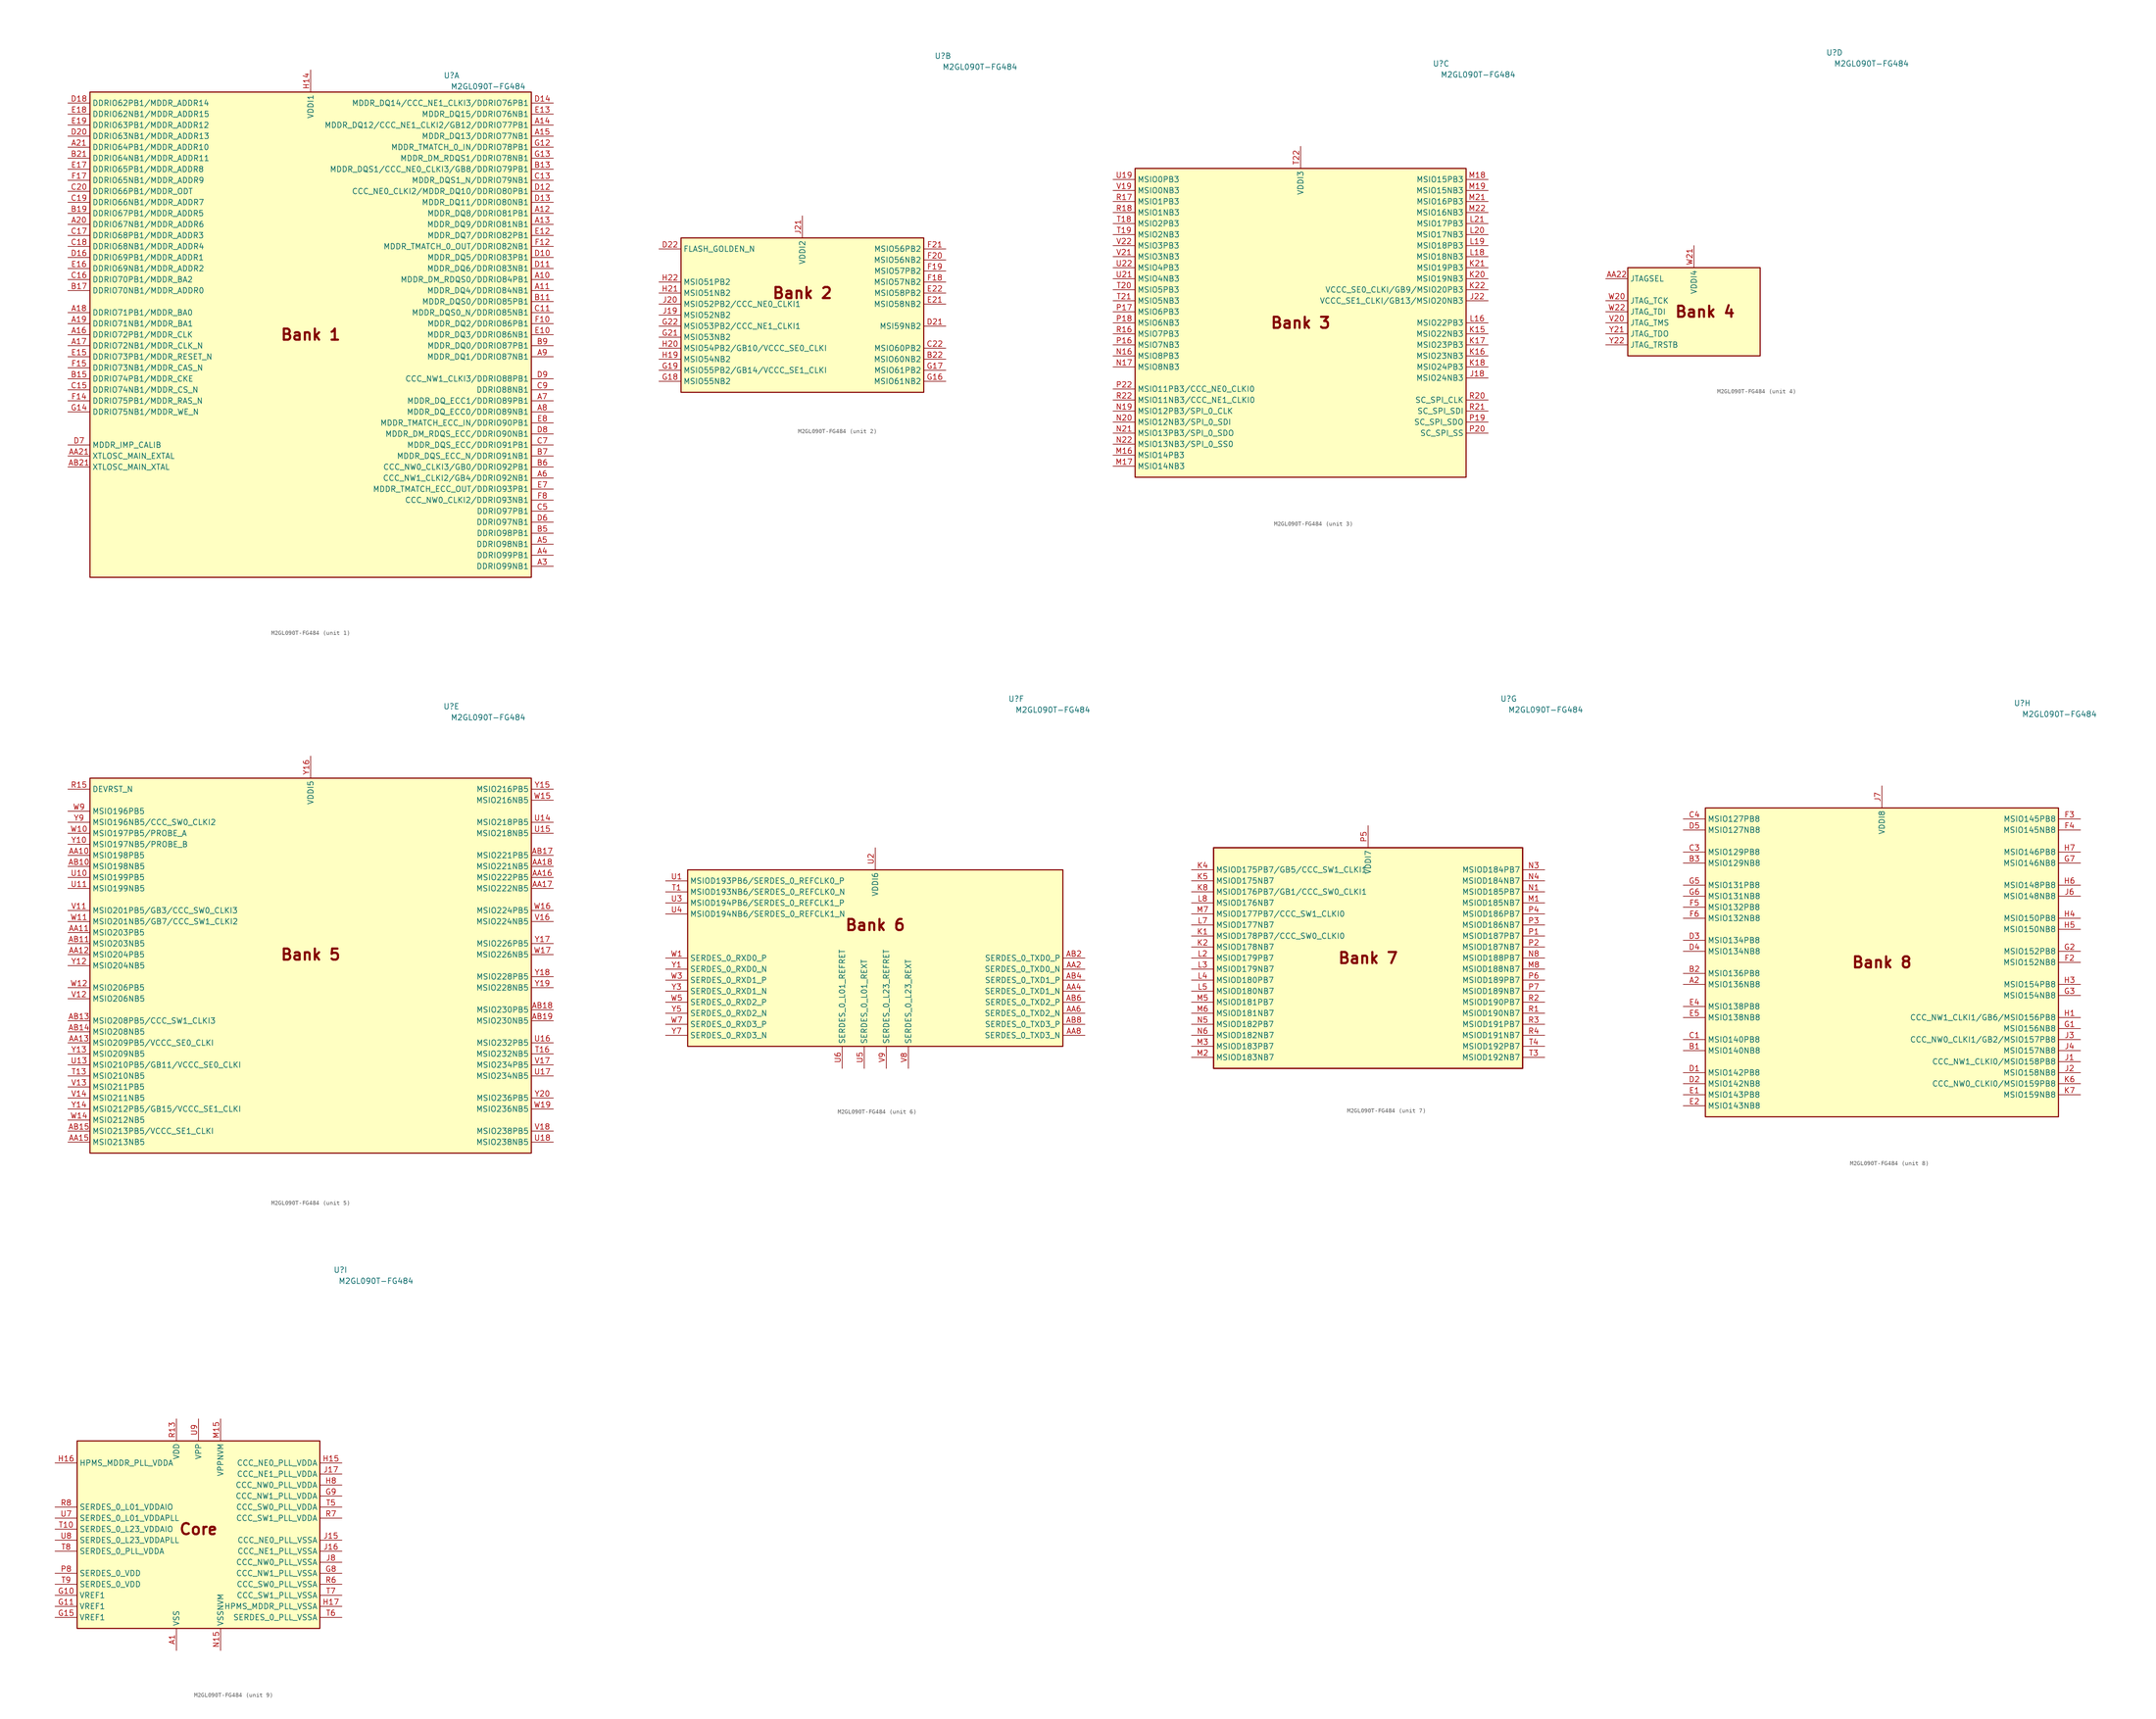
<source format=kicad_sym>
(kicad_symbol_lib
  (version 20220914)
  (generator kicad_symbol_editor)
  (symbol "M2GL090T-FG484"
    (property "Reference" "U"
      (at 34.29 59.69 0)
      (effects (font (size 1.27 1.27)) (justify right)))
    (property "Value" "M2GL090T-FG484"
      (at 49.53 57.15 0)
      (effects (font (size 1.27 1.27)) (justify right)))
    (property "ki_locked" ""
      (at 0 0 0)
      (effects (font (size 1.27 1.27))))
    (symbol "M2GL090T-FG484_1_1"
      (rectangle (start -50.8 55.88) (end 50.8 -55.88) (stroke (width 0.254) (type default)) (fill (type background)))
      (text "Bank 1" (at 0 0 0) (effects (font (size 2.54 2.54) bold)))
      (pin bidirectional line (at 55.88 12.7 180) (length 5.08) (name "MDDR_DM_RDQS0/DDRIO84PB1" (effects (font (size 1.27 1.27)))) (number "A10" (effects (font (size 1.27 1.27)))))
      (pin bidirectional line (at 55.88 10.16 180) (length 5.08) (name "MDDR_DQ4/DDRIO84NB1" (effects (font (size 1.27 1.27)))) (number "A11" (effects (font (size 1.27 1.27)))))
      (pin bidirectional line (at 55.88 27.94 180) (length 5.08) (name "MDDR_DQ8/DDRIO81PB1" (effects (font (size 1.27 1.27)))) (number "A12" (effects (font (size 1.27 1.27)))))
      (pin bidirectional line (at 55.88 25.4 180) (length 5.08) (name "MDDR_DQ9/DDRIO81NB1" (effects (font (size 1.27 1.27)))) (number "A13" (effects (font (size 1.27 1.27)))))
      (pin bidirectional line (at 55.88 48.26 180) (length 5.08) (name "MDDR_DQ12/CCC_NE1_CLKI2/GB12/DDRIO77PB1" (effects (font (size 1.27 1.27)))) (number "A14" (effects (font (size 1.27 1.27)))))
      (pin bidirectional line (at 55.88 45.72 180) (length 5.08) (name "MDDR_DQ13/DDRIO77NB1" (effects (font (size 1.27 1.27)))) (number "A15" (effects (font (size 1.27 1.27)))))
      (pin bidirectional line (at -55.88 0 0) (length 5.08) (name "DDRIO72PB1/MDDR_CLK" (effects (font (size 1.27 1.27)))) (number "A16" (effects (font (size 1.27 1.27)))))
      (pin bidirectional line (at -55.88 -2.54 0) (length 5.08) (name "DDRIO72NB1/MDDR_CLK_N" (effects (font (size 1.27 1.27)))) (number "A17" (effects (font (size 1.27 1.27)))))
      (pin bidirectional line (at -55.88 5.08 0) (length 5.08) (name "DDRIO71PB1/MDDR_BA0" (effects (font (size 1.27 1.27)))) (number "A18" (effects (font (size 1.27 1.27)))))
      (pin bidirectional line (at -55.88 2.54 0) (length 5.08) (name "DDRIO71NB1/MDDR_BA1" (effects (font (size 1.27 1.27)))) (number "A19" (effects (font (size 1.27 1.27)))))
      (pin bidirectional line (at -55.88 25.4 0) (length 5.08) (name "DDRIO67NB1/MDDR_ADDR6" (effects (font (size 1.27 1.27)))) (number "A20" (effects (font (size 1.27 1.27)))))
      (pin bidirectional line (at -55.88 43.18 0) (length 5.08) (name "DDRIO64PB1/MDDR_ADDR10" (effects (font (size 1.27 1.27)))) (number "A21" (effects (font (size 1.27 1.27)))))
      (pin bidirectional line (at 55.88 -53.34 180) (length 5.08) (name "DDRIO99NB1" (effects (font (size 1.27 1.27)))) (number "A3" (effects (font (size 1.27 1.27)))))
      (pin bidirectional line (at 55.88 -50.8 180) (length 5.08) (name "DDRIO99PB1" (effects (font (size 1.27 1.27)))) (number "A4" (effects (font (size 1.27 1.27)))))
      (pin bidirectional line (at 55.88 -48.26 180) (length 5.08) (name "DDRIO98NB1" (effects (font (size 1.27 1.27)))) (number "A5" (effects (font (size 1.27 1.27)))))
      (pin bidirectional line (at 55.88 -33.02 180) (length 5.08) (name "CCC_NW1_CLKI2/GB4/DDRIO92NB1" (effects (font (size 1.27 1.27)))) (number "A6" (effects (font (size 1.27 1.27)))))
      (pin bidirectional line (at 55.88 -15.24 180) (length 5.08) (name "MDDR_DQ_ECC1/DDRIO89PB1" (effects (font (size 1.27 1.27)))) (number "A7" (effects (font (size 1.27 1.27)))))
      (pin bidirectional line (at 55.88 -17.78 180) (length 5.08) (name "MDDR_DQ_ECC0/DDRIO89NB1" (effects (font (size 1.27 1.27)))) (number "A8" (effects (font (size 1.27 1.27)))))
      (pin bidirectional line (at 55.88 -5.08 180) (length 5.08) (name "MDDR_DQ1/DDRIO87NB1" (effects (font (size 1.27 1.27)))) (number "A9" (effects (font (size 1.27 1.27)))))
      (pin input line (at -55.88 -27.94 0) (length 5.08) (name "XTLOSC_MAIN_EXTAL" (effects (font (size 1.27 1.27)))) (number "AA21" (effects (font (size 1.27 1.27)))))
      (pin input line (at -55.88 -30.48 0) (length 5.08) (name "XTLOSC_MAIN_XTAL" (effects (font (size 1.27 1.27)))) (number "AB21" (effects (font (size 1.27 1.27)))))
      (pin bidirectional line (at 55.88 7.62 180) (length 5.08) (name "MDDR_DQS0/DDRIO85PB1" (effects (font (size 1.27 1.27)))) (number "B11" (effects (font (size 1.27 1.27)))))
      (pin passive line (at 0 60.96 270) (length 5.08) hide (name "VDDI1" (effects (font (size 1.27 1.27)))) (number "B12" (effects (font (size 1.27 1.27)))))
      (pin bidirectional line (at 55.88 38.1 180) (length 5.08) (name "MDDR_DQS1/CCC_NE0_CLKI3/GB8/DDRIO79PB1" (effects (font (size 1.27 1.27)))) (number "B13" (effects (font (size 1.27 1.27)))))
      (pin bidirectional line (at -55.88 -10.16 0) (length 5.08) (name "DDRIO74PB1/MDDR_CKE" (effects (font (size 1.27 1.27)))) (number "B15" (effects (font (size 1.27 1.27)))))
      (pin passive line (at 0 60.96 270) (length 5.08) hide (name "VDDI1" (effects (font (size 1.27 1.27)))) (number "B16" (effects (font (size 1.27 1.27)))))
      (pin bidirectional line (at -55.88 10.16 0) (length 5.08) (name "DDRIO70NB1/MDDR_ADDR0" (effects (font (size 1.27 1.27)))) (number "B17" (effects (font (size 1.27 1.27)))))
      (pin bidirectional line (at -55.88 27.94 0) (length 5.08) (name "DDRIO67PB1/MDDR_ADDR5" (effects (font (size 1.27 1.27)))) (number "B19" (effects (font (size 1.27 1.27)))))
      (pin passive line (at 0 60.96 270) (length 5.08) hide (name "VDDI1" (effects (font (size 1.27 1.27)))) (number "B20" (effects (font (size 1.27 1.27)))))
      (pin bidirectional line (at -55.88 40.64 0) (length 5.08) (name "DDRIO64NB1/MDDR_ADDR11" (effects (font (size 1.27 1.27)))) (number "B21" (effects (font (size 1.27 1.27)))))
      (pin bidirectional line (at 55.88 -45.72 180) (length 5.08) (name "DDRIO98PB1" (effects (font (size 1.27 1.27)))) (number "B5" (effects (font (size 1.27 1.27)))))
      (pin bidirectional line (at 55.88 -30.48 180) (length 5.08) (name "CCC_NW0_CLKI3/GB0/DDRIO92PB1" (effects (font (size 1.27 1.27)))) (number "B6" (effects (font (size 1.27 1.27)))))
      (pin bidirectional line (at 55.88 -27.94 180) (length 5.08) (name "MDDR_DQS_ECC_N/DDRIO91NB1" (effects (font (size 1.27 1.27)))) (number "B7" (effects (font (size 1.27 1.27)))))
      (pin passive line (at 0 60.96 270) (length 5.08) hide (name "VDDI1" (effects (font (size 1.27 1.27)))) (number "B8" (effects (font (size 1.27 1.27)))))
      (pin bidirectional line (at 55.88 -2.54 180) (length 5.08) (name "MDDR_DQ0/DDRIO87PB1" (effects (font (size 1.27 1.27)))) (number "B9" (effects (font (size 1.27 1.27)))))
      (pin passive line (at 0 60.96 270) (length 5.08) hide (name "VDDI1" (effects (font (size 1.27 1.27)))) (number "C10" (effects (font (size 1.27 1.27)))))
      (pin bidirectional line (at 55.88 5.08 180) (length 5.08) (name "MDDR_DQS0_N/DDRIO85NB1" (effects (font (size 1.27 1.27)))) (number "C11" (effects (font (size 1.27 1.27)))))
      (pin bidirectional line (at 55.88 35.56 180) (length 5.08) (name "MDDR_DQS1_N/DDRIO79NB1" (effects (font (size 1.27 1.27)))) (number "C13" (effects (font (size 1.27 1.27)))))
      (pin passive line (at 0 60.96 270) (length 5.08) hide (name "VDDI1" (effects (font (size 1.27 1.27)))) (number "C14" (effects (font (size 1.27 1.27)))))
      (pin bidirectional line (at -55.88 -12.7 0) (length 5.08) (name "DDRIO74NB1/MDDR_CS_N" (effects (font (size 1.27 1.27)))) (number "C15" (effects (font (size 1.27 1.27)))))
      (pin bidirectional line (at -55.88 12.7 0) (length 5.08) (name "DDRIO70PB1/MDDR_BA2" (effects (font (size 1.27 1.27)))) (number "C16" (effects (font (size 1.27 1.27)))))
      (pin bidirectional line (at -55.88 22.86 0) (length 5.08) (name "DDRIO68PB1/MDDR_ADDR3" (effects (font (size 1.27 1.27)))) (number "C17" (effects (font (size 1.27 1.27)))))
      (pin bidirectional line (at -55.88 20.32 0) (length 5.08) (name "DDRIO68NB1/MDDR_ADDR4" (effects (font (size 1.27 1.27)))) (number "C18" (effects (font (size 1.27 1.27)))))
      (pin bidirectional line (at -55.88 30.48 0) (length 5.08) (name "DDRIO66NB1/MDDR_ADDR7" (effects (font (size 1.27 1.27)))) (number "C19" (effects (font (size 1.27 1.27)))))
      (pin bidirectional line (at -55.88 33.02 0) (length 5.08) (name "DDRIO66PB1/MDDR_ODT" (effects (font (size 1.27 1.27)))) (number "C20" (effects (font (size 1.27 1.27)))))
      (pin bidirectional line (at 55.88 -40.64 180) (length 5.08) (name "DDRIO97PB1" (effects (font (size 1.27 1.27)))) (number "C5" (effects (font (size 1.27 1.27)))))
      (pin passive line (at 0 60.96 270) (length 5.08) hide (name "VDDI1" (effects (font (size 1.27 1.27)))) (number "C6" (effects (font (size 1.27 1.27)))))
      (pin bidirectional line (at 55.88 -25.4 180) (length 5.08) (name "MDDR_DQS_ECC/DDRIO91PB1" (effects (font (size 1.27 1.27)))) (number "C7" (effects (font (size 1.27 1.27)))))
      (pin bidirectional line (at 55.88 -12.7 180) (length 5.08) (name "DDRIO88NB1" (effects (font (size 1.27 1.27)))) (number "C9" (effects (font (size 1.27 1.27)))))
      (pin bidirectional line (at 55.88 17.78 180) (length 5.08) (name "MDDR_DQ5/DDRIO83PB1" (effects (font (size 1.27 1.27)))) (number "D10" (effects (font (size 1.27 1.27)))))
      (pin bidirectional line (at 55.88 15.24 180) (length 5.08) (name "MDDR_DQ6/DDRIO83NB1" (effects (font (size 1.27 1.27)))) (number "D11" (effects (font (size 1.27 1.27)))))
      (pin bidirectional line (at 55.88 33.02 180) (length 5.08) (name "CCC_NE0_CLKI2/MDDR_DQ10/DDRIO80PB1" (effects (font (size 1.27 1.27)))) (number "D12" (effects (font (size 1.27 1.27)))))
      (pin bidirectional line (at 55.88 30.48 180) (length 5.08) (name "MDDR_DQ11/DDRIO80NB1" (effects (font (size 1.27 1.27)))) (number "D13" (effects (font (size 1.27 1.27)))))
      (pin bidirectional line (at 55.88 53.34 180) (length 5.08) (name "MDDR_DQ14/CCC_NE1_CLKI3/DDRIO76PB1" (effects (font (size 1.27 1.27)))) (number "D14" (effects (font (size 1.27 1.27)))))
      (pin bidirectional line (at -55.88 17.78 0) (length 5.08) (name "DDRIO69PB1/MDDR_ADDR1" (effects (font (size 1.27 1.27)))) (number "D16" (effects (font (size 1.27 1.27)))))
      (pin passive line (at 0 60.96 270) (length 5.08) hide (name "VDDI1" (effects (font (size 1.27 1.27)))) (number "D17" (effects (font (size 1.27 1.27)))))
      (pin bidirectional line (at -55.88 53.34 0) (length 5.08) (name "DDRIO62PB1/MDDR_ADDR14" (effects (font (size 1.27 1.27)))) (number "D18" (effects (font (size 1.27 1.27)))))
      (pin bidirectional line (at -55.88 45.72 0) (length 5.08) (name "DDRIO63NB1/MDDR_ADDR13" (effects (font (size 1.27 1.27)))) (number "D20" (effects (font (size 1.27 1.27)))))
      (pin bidirectional line (at 55.88 -43.18 180) (length 5.08) (name "DDRIO97NB1" (effects (font (size 1.27 1.27)))) (number "D6" (effects (font (size 1.27 1.27)))))
      (pin input line (at -55.88 -25.4 0) (length 5.08) (name "MDDR_IMP_CALIB" (effects (font (size 1.27 1.27)))) (number "D7" (effects (font (size 1.27 1.27)))))
      (pin bidirectional line (at 55.88 -22.86 180) (length 5.08) (name "MDDR_DM_RDQS_ECC/DDRIO90NB1" (effects (font (size 1.27 1.27)))) (number "D8" (effects (font (size 1.27 1.27)))))
      (pin bidirectional line (at 55.88 -10.16 180) (length 5.08) (name "CCC_NW1_CLKI3/DDRIO88PB1" (effects (font (size 1.27 1.27)))) (number "D9" (effects (font (size 1.27 1.27)))))
      (pin bidirectional line (at 55.88 0 180) (length 5.08) (name "MDDR_DQ3/DDRIO86NB1" (effects (font (size 1.27 1.27)))) (number "E10" (effects (font (size 1.27 1.27)))))
      (pin passive line (at 0 60.96 270) (length 5.08) hide (name "VDDI1" (effects (font (size 1.27 1.27)))) (number "E11" (effects (font (size 1.27 1.27)))))
      (pin bidirectional line (at 55.88 22.86 180) (length 5.08) (name "MDDR_DQ7/DDRIO82PB1" (effects (font (size 1.27 1.27)))) (number "E12" (effects (font (size 1.27 1.27)))))
      (pin bidirectional line (at 55.88 50.8 180) (length 5.08) (name "MDDR_DQ15/DDRIO76NB1" (effects (font (size 1.27 1.27)))) (number "E13" (effects (font (size 1.27 1.27)))))
      (pin bidirectional line (at -55.88 -5.08 0) (length 5.08) (name "DDRIO73PB1/MDDR_RESET_N" (effects (font (size 1.27 1.27)))) (number "E15" (effects (font (size 1.27 1.27)))))
      (pin bidirectional line (at -55.88 15.24 0) (length 5.08) (name "DDRIO69NB1/MDDR_ADDR2" (effects (font (size 1.27 1.27)))) (number "E16" (effects (font (size 1.27 1.27)))))
      (pin bidirectional line (at -55.88 38.1 0) (length 5.08) (name "DDRIO65PB1/MDDR_ADDR8" (effects (font (size 1.27 1.27)))) (number "E17" (effects (font (size 1.27 1.27)))))
      (pin bidirectional line (at -55.88 50.8 0) (length 5.08) (name "DDRIO62NB1/MDDR_ADDR15" (effects (font (size 1.27 1.27)))) (number "E18" (effects (font (size 1.27 1.27)))))
      (pin bidirectional line (at -55.88 48.26 0) (length 5.08) (name "DDRIO63PB1/MDDR_ADDR12" (effects (font (size 1.27 1.27)))) (number "E19" (effects (font (size 1.27 1.27)))))
      (pin bidirectional line (at 55.88 -35.56 180) (length 5.08) (name "MDDR_TMATCH_ECC_OUT/DDRIO93PB1" (effects (font (size 1.27 1.27)))) (number "E7" (effects (font (size 1.27 1.27)))))
      (pin output line (at 55.88 -20.32 180) (length 5.08) (name "MDDR_TMATCH_ECC_IN/DDRIO90PB1" (effects (font (size 1.27 1.27)))) (number "E8" (effects (font (size 1.27 1.27)))))
      (pin bidirectional line (at 55.88 2.54 180) (length 5.08) (name "MDDR_DQ2/DDRIO86PB1" (effects (font (size 1.27 1.27)))) (number "F10" (effects (font (size 1.27 1.27)))))
      (pin bidirectional line (at 55.88 20.32 180) (length 5.08) (name "MDDR_TMATCH_0_OUT/DDRIO82NB1" (effects (font (size 1.27 1.27)))) (number "F12" (effects (font (size 1.27 1.27)))))
      (pin passive line (at 0 60.96 270) (length 5.08) hide (name "VDDI1" (effects (font (size 1.27 1.27)))) (number "F13" (effects (font (size 1.27 1.27)))))
      (pin bidirectional line (at -55.88 -15.24 0) (length 5.08) (name "DDRIO75PB1/MDDR_RAS_N" (effects (font (size 1.27 1.27)))) (number "F14" (effects (font (size 1.27 1.27)))))
      (pin bidirectional line (at -55.88 -7.62 0) (length 5.08) (name "DDRIO73NB1/MDDR_CAS_N" (effects (font (size 1.27 1.27)))) (number "F15" (effects (font (size 1.27 1.27)))))
      (pin bidirectional line (at -55.88 35.56 0) (length 5.08) (name "DDRIO65NB1/MDDR_ADDR9" (effects (font (size 1.27 1.27)))) (number "F17" (effects (font (size 1.27 1.27)))))
      (pin passive line (at 0 60.96 270) (length 5.08) hide (name "VDDI1" (effects (font (size 1.27 1.27)))) (number "F7" (effects (font (size 1.27 1.27)))))
      (pin bidirectional line (at 55.88 -38.1 180) (length 5.08) (name "CCC_NW0_CLKI2/DDRIO93NB1" (effects (font (size 1.27 1.27)))) (number "F8" (effects (font (size 1.27 1.27)))))
      (pin passive line (at 0 60.96 270) (length 5.08) hide (name "VDDI1" (effects (font (size 1.27 1.27)))) (number "F9" (effects (font (size 1.27 1.27)))))
      (pin bidirectional line (at 55.88 43.18 180) (length 5.08) (name "MDDR_TMATCH_0_IN/DDRIO78PB1" (effects (font (size 1.27 1.27)))) (number "G12" (effects (font (size 1.27 1.27)))))
      (pin bidirectional line (at 55.88 40.64 180) (length 5.08) (name "MDDR_DM_RDQS1/DDRIO78NB1" (effects (font (size 1.27 1.27)))) (number "G13" (effects (font (size 1.27 1.27)))))
      (pin bidirectional line (at -55.88 -17.78 0) (length 5.08) (name "DDRIO75NB1/MDDR_WE_N" (effects (font (size 1.27 1.27)))) (number "G14" (effects (font (size 1.27 1.27)))))
      (pin passive line (at 0 60.96 270) (length 5.08) hide (name "VDDI1" (effects (font (size 1.27 1.27)))) (number "H12" (effects (font (size 1.27 1.27)))))
      (pin power_in line (at 0 60.96 270) (length 5.08) (name "VDDI1" (effects (font (size 1.27 1.27)))) (number "H14" (effects (font (size 1.27 1.27))))))
    (symbol "M2GL090T-FG484_2_1"
      (rectangle (start -27.94 17.78) (end 27.94 -17.78) (stroke (width 0.254) (type default)) (fill (type background)))
      (text "Bank 2" (at 0 5.08 0) (effects (font (size 2.54 2.54) bold)))
      (pin bidirectional line (at 33.02 -10.16 180) (length 5.08) (name "MSIO60NB2" (effects (font (size 1.27 1.27)))) (number "B22" (effects (font (size 1.27 1.27)))))
      (pin bidirectional line (at 33.02 -7.62 180) (length 5.08) (name "MSIO60PB2" (effects (font (size 1.27 1.27)))) (number "C22" (effects (font (size 1.27 1.27)))))
      (pin input line (at 33.02 -2.54 180) (length 5.08) (name "MSI59NB2" (effects (font (size 1.27 1.27)))) (number "D21" (effects (font (size 1.27 1.27)))))
      (pin input line (at -33.02 15.24 0) (length 5.08) (name "FLASH_GOLDEN_N" (effects (font (size 1.27 1.27)))) (number "D22" (effects (font (size 1.27 1.27)))))
      (pin passive line (at 0 22.86 270) (length 5.08) hide (name "VDDI2" (effects (font (size 1.27 1.27)))) (number "E20" (effects (font (size 1.27 1.27)))))
      (pin bidirectional line (at 33.02 2.54 180) (length 5.08) (name "MSIO58NB2" (effects (font (size 1.27 1.27)))) (number "E21" (effects (font (size 1.27 1.27)))))
      (pin bidirectional line (at 33.02 5.08 180) (length 5.08) (name "MSIO58PB2" (effects (font (size 1.27 1.27)))) (number "E22" (effects (font (size 1.27 1.27)))))
      (pin bidirectional line (at 33.02 7.62 180) (length 5.08) (name "MSIO57NB2" (effects (font (size 1.27 1.27)))) (number "F18" (effects (font (size 1.27 1.27)))))
      (pin bidirectional line (at 33.02 10.16 180) (length 5.08) (name "MSIO57PB2" (effects (font (size 1.27 1.27)))) (number "F19" (effects (font (size 1.27 1.27)))))
      (pin bidirectional line (at 33.02 12.7 180) (length 5.08) (name "MSIO56NB2" (effects (font (size 1.27 1.27)))) (number "F20" (effects (font (size 1.27 1.27)))))
      (pin bidirectional line (at 33.02 15.24 180) (length 5.08) (name "MSIO56PB2" (effects (font (size 1.27 1.27)))) (number "F21" (effects (font (size 1.27 1.27)))))
      (pin passive line (at 0 22.86 270) (length 5.08) hide (name "VDDI2" (effects (font (size 1.27 1.27)))) (number "F22" (effects (font (size 1.27 1.27)))))
      (pin bidirectional line (at 33.02 -15.24 180) (length 5.08) (name "MSIO61NB2" (effects (font (size 1.27 1.27)))) (number "G16" (effects (font (size 1.27 1.27)))))
      (pin bidirectional line (at 33.02 -12.7 180) (length 5.08) (name "MSIO61PB2" (effects (font (size 1.27 1.27)))) (number "G17" (effects (font (size 1.27 1.27)))))
      (pin bidirectional line (at -33.02 -15.24 0) (length 5.08) (name "MSIO55NB2" (effects (font (size 1.27 1.27)))) (number "G18" (effects (font (size 1.27 1.27)))))
      (pin bidirectional line (at -33.02 -12.7 0) (length 5.08) (name "MSIO55PB2/GB14/VCCC_SE1_CLKI" (effects (font (size 1.27 1.27)))) (number "G19" (effects (font (size 1.27 1.27)))))
      (pin bidirectional line (at -33.02 -5.08 0) (length 5.08) (name "MSIO53NB2" (effects (font (size 1.27 1.27)))) (number "G21" (effects (font (size 1.27 1.27)))))
      (pin bidirectional line (at -33.02 -2.54 0) (length 5.08) (name "MSIO53PB2/CCC_NE1_CLKI1" (effects (font (size 1.27 1.27)))) (number "G22" (effects (font (size 1.27 1.27)))))
      (pin passive line (at 0 22.86 270) (length 5.08) hide (name "VDDI2" (effects (font (size 1.27 1.27)))) (number "H18" (effects (font (size 1.27 1.27)))))
      (pin bidirectional line (at -33.02 -10.16 0) (length 5.08) (name "MSIO54NB2" (effects (font (size 1.27 1.27)))) (number "H19" (effects (font (size 1.27 1.27)))))
      (pin bidirectional line (at -33.02 -7.62 0) (length 5.08) (name "MSIO54PB2/GB10/VCCC_SE0_CLKI" (effects (font (size 1.27 1.27)))) (number "H20" (effects (font (size 1.27 1.27)))))
      (pin bidirectional line (at -33.02 5.08 0) (length 5.08) (name "MSIO51NB2" (effects (font (size 1.27 1.27)))) (number "H21" (effects (font (size 1.27 1.27)))))
      (pin bidirectional line (at -33.02 7.62 0) (length 5.08) (name "MSIO51PB2" (effects (font (size 1.27 1.27)))) (number "H22" (effects (font (size 1.27 1.27)))))
      (pin bidirectional line (at -33.02 0 0) (length 5.08) (name "MSIO52NB2" (effects (font (size 1.27 1.27)))) (number "J19" (effects (font (size 1.27 1.27)))))
      (pin bidirectional line (at -33.02 2.54 0) (length 5.08) (name "MSIO52PB2/CCC_NE0_CLKI1" (effects (font (size 1.27 1.27)))) (number "J20" (effects (font (size 1.27 1.27)))))
      (pin power_in line (at 0 22.86 270) (length 5.08) (name "VDDI2" (effects (font (size 1.27 1.27)))) (number "J21" (effects (font (size 1.27 1.27))))))
    (symbol "M2GL090T-FG484_3_1"
      (rectangle (start -38.1 35.56) (end 38.1 -35.56) (stroke (width 0.254) (type default)) (fill (type background)))
      (text "Bank 3" (at 0 0 0) (effects (font (size 2.54 2.54) bold)))
      (pin bidirectional line (at 43.18 -12.7 180) (length 5.08) (name "MSIO24NB3" (effects (font (size 1.27 1.27)))) (number "J18" (effects (font (size 1.27 1.27)))))
      (pin bidirectional line (at 43.18 5.08 180) (length 5.08) (name "VCCC_SE1_CLKI/GB13/MSIO20NB3" (effects (font (size 1.27 1.27)))) (number "J22" (effects (font (size 1.27 1.27)))))
      (pin bidirectional line (at 43.18 -2.54 180) (length 5.08) (name "MSIO22NB3" (effects (font (size 1.27 1.27)))) (number "K15" (effects (font (size 1.27 1.27)))))
      (pin bidirectional line (at 43.18 -7.62 180) (length 5.08) (name "MSIO23NB3" (effects (font (size 1.27 1.27)))) (number "K16" (effects (font (size 1.27 1.27)))))
      (pin bidirectional line (at 43.18 -5.08 180) (length 5.08) (name "MSIO23PB3" (effects (font (size 1.27 1.27)))) (number "K17" (effects (font (size 1.27 1.27)))))
      (pin bidirectional line (at 43.18 -10.16 180) (length 5.08) (name "MSIO24PB3" (effects (font (size 1.27 1.27)))) (number "K18" (effects (font (size 1.27 1.27)))))
      (pin bidirectional line (at 43.18 10.16 180) (length 5.08) (name "MSIO19NB3" (effects (font (size 1.27 1.27)))) (number "K20" (effects (font (size 1.27 1.27)))))
      (pin bidirectional line (at 43.18 12.7 180) (length 5.08) (name "MSIO19PB3" (effects (font (size 1.27 1.27)))) (number "K21" (effects (font (size 1.27 1.27)))))
      (pin bidirectional line (at 43.18 7.62 180) (length 5.08) (name "VCCC_SE0_CLKI/GB9/MSIO20PB3" (effects (font (size 1.27 1.27)))) (number "K22" (effects (font (size 1.27 1.27)))))
      (pin bidirectional line (at 43.18 0 180) (length 5.08) (name "MSIO22PB3" (effects (font (size 1.27 1.27)))) (number "L16" (effects (font (size 1.27 1.27)))))
      (pin passive line (at 0 40.64 270) (length 5.08) hide (name "VDDI3" (effects (font (size 1.27 1.27)))) (number "L17" (effects (font (size 1.27 1.27)))))
      (pin bidirectional line (at 43.18 15.24 180) (length 5.08) (name "MSIO18NB3" (effects (font (size 1.27 1.27)))) (number "L18" (effects (font (size 1.27 1.27)))))
      (pin bidirectional line (at 43.18 17.78 180) (length 5.08) (name "MSIO18PB3" (effects (font (size 1.27 1.27)))) (number "L19" (effects (font (size 1.27 1.27)))))
      (pin bidirectional line (at 43.18 20.32 180) (length 5.08) (name "MSIO17NB3" (effects (font (size 1.27 1.27)))) (number "L20" (effects (font (size 1.27 1.27)))))
      (pin bidirectional line (at 43.18 22.86 180) (length 5.08) (name "MSIO17PB3" (effects (font (size 1.27 1.27)))) (number "L21" (effects (font (size 1.27 1.27)))))
      (pin bidirectional line (at -43.18 -30.48 0) (length 5.08) (name "MSIO14PB3" (effects (font (size 1.27 1.27)))) (number "M16" (effects (font (size 1.27 1.27)))))
      (pin bidirectional line (at -43.18 -33.02 0) (length 5.08) (name "MSIO14NB3" (effects (font (size 1.27 1.27)))) (number "M17" (effects (font (size 1.27 1.27)))))
      (pin bidirectional line (at 43.18 33.02 180) (length 5.08) (name "MSIO15PB3" (effects (font (size 1.27 1.27)))) (number "M18" (effects (font (size 1.27 1.27)))))
      (pin bidirectional line (at 43.18 30.48 180) (length 5.08) (name "MSIO15NB3" (effects (font (size 1.27 1.27)))) (number "M19" (effects (font (size 1.27 1.27)))))
      (pin passive line (at 0 40.64 270) (length 5.08) hide (name "VDDI3" (effects (font (size 1.27 1.27)))) (number "M20" (effects (font (size 1.27 1.27)))))
      (pin bidirectional line (at 43.18 27.94 180) (length 5.08) (name "MSIO16PB3" (effects (font (size 1.27 1.27)))) (number "M21" (effects (font (size 1.27 1.27)))))
      (pin bidirectional line (at 43.18 25.4 180) (length 5.08) (name "MSIO16NB3" (effects (font (size 1.27 1.27)))) (number "M22" (effects (font (size 1.27 1.27)))))
      (pin bidirectional line (at -43.18 -7.62 0) (length 5.08) (name "MSIO8PB3" (effects (font (size 1.27 1.27)))) (number "N16" (effects (font (size 1.27 1.27)))))
      (pin bidirectional line (at -43.18 -10.16 0) (length 5.08) (name "MSIO8NB3" (effects (font (size 1.27 1.27)))) (number "N17" (effects (font (size 1.27 1.27)))))
      (pin bidirectional line (at -43.18 -20.32 0) (length 5.08) (name "MSIO12PB3/SPI_0_CLK" (effects (font (size 1.27 1.27)))) (number "N19" (effects (font (size 1.27 1.27)))))
      (pin bidirectional line (at -43.18 -22.86 0) (length 5.08) (name "MSIO12NB3/SPI_0_SDI" (effects (font (size 1.27 1.27)))) (number "N20" (effects (font (size 1.27 1.27)))))
      (pin bidirectional line (at -43.18 -25.4 0) (length 5.08) (name "MSIO13PB3/SPI_0_SDO" (effects (font (size 1.27 1.27)))) (number "N21" (effects (font (size 1.27 1.27)))))
      (pin bidirectional line (at -43.18 -27.94 0) (length 5.08) (name "MSIO13NB3/SPI_0_SS0" (effects (font (size 1.27 1.27)))) (number "N22" (effects (font (size 1.27 1.27)))))
      (pin bidirectional line (at -43.18 -5.08 0) (length 5.08) (name "MSIO7NB3" (effects (font (size 1.27 1.27)))) (number "P16" (effects (font (size 1.27 1.27)))))
      (pin bidirectional line (at -43.18 2.54 0) (length 5.08) (name "MSIO6PB3" (effects (font (size 1.27 1.27)))) (number "P17" (effects (font (size 1.27 1.27)))))
      (pin bidirectional line (at -43.18 0 0) (length 5.08) (name "MSIO6NB3" (effects (font (size 1.27 1.27)))) (number "P18" (effects (font (size 1.27 1.27)))))
      (pin output line (at 43.18 -22.86 180) (length 5.08) (name "SC_SPI_SDO" (effects (font (size 1.27 1.27)))) (number "P19" (effects (font (size 1.27 1.27)))))
      (pin output line (at 43.18 -25.4 180) (length 5.08) (name "SC_SPI_SS" (effects (font (size 1.27 1.27)))) (number "P20" (effects (font (size 1.27 1.27)))))
      (pin bidirectional line (at -43.18 -15.24 0) (length 5.08) (name "MSIO11PB3/CCC_NE0_CLKI0" (effects (font (size 1.27 1.27)))) (number "P22" (effects (font (size 1.27 1.27)))))
      (pin bidirectional line (at -43.18 -2.54 0) (length 5.08) (name "MSIO7PB3" (effects (font (size 1.27 1.27)))) (number "R16" (effects (font (size 1.27 1.27)))))
      (pin bidirectional line (at -43.18 27.94 0) (length 5.08) (name "MSIO1PB3" (effects (font (size 1.27 1.27)))) (number "R17" (effects (font (size 1.27 1.27)))))
      (pin bidirectional line (at -43.18 25.4 0) (length 5.08) (name "MSIO1NB3" (effects (font (size 1.27 1.27)))) (number "R18" (effects (font (size 1.27 1.27)))))
      (pin passive line (at 0 40.64 270) (length 5.08) hide (name "VDDI3" (effects (font (size 1.27 1.27)))) (number "R19" (effects (font (size 1.27 1.27)))))
      (pin output line (at 43.18 -17.78 180) (length 5.08) (name "SC_SPI_CLK" (effects (font (size 1.27 1.27)))) (number "R20" (effects (font (size 1.27 1.27)))))
      (pin input line (at 43.18 -20.32 180) (length 5.08) (name "SC_SPI_SDI" (effects (font (size 1.27 1.27)))) (number "R21" (effects (font (size 1.27 1.27)))))
      (pin bidirectional line (at -43.18 -17.78 0) (length 5.08) (name "MSIO11NB3/CCC_NE1_CLKI0" (effects (font (size 1.27 1.27)))) (number "R22" (effects (font (size 1.27 1.27)))))
      (pin bidirectional line (at -43.18 22.86 0) (length 5.08) (name "MSIO2PB3" (effects (font (size 1.27 1.27)))) (number "T18" (effects (font (size 1.27 1.27)))))
      (pin bidirectional line (at -43.18 20.32 0) (length 5.08) (name "MSIO2NB3" (effects (font (size 1.27 1.27)))) (number "T19" (effects (font (size 1.27 1.27)))))
      (pin bidirectional line (at -43.18 7.62 0) (length 5.08) (name "MSIO5PB3" (effects (font (size 1.27 1.27)))) (number "T20" (effects (font (size 1.27 1.27)))))
      (pin bidirectional line (at -43.18 5.08 0) (length 5.08) (name "MSIO5NB3" (effects (font (size 1.27 1.27)))) (number "T21" (effects (font (size 1.27 1.27)))))
      (pin power_in line (at 0 40.64 270) (length 5.08) (name "VDDI3" (effects (font (size 1.27 1.27)))) (number "T22" (effects (font (size 1.27 1.27)))))
      (pin bidirectional line (at -43.18 33.02 0) (length 5.08) (name "MSIO0PB3" (effects (font (size 1.27 1.27)))) (number "U19" (effects (font (size 1.27 1.27)))))
      (pin bidirectional line (at -43.18 10.16 0) (length 5.08) (name "MSIO4NB3" (effects (font (size 1.27 1.27)))) (number "U21" (effects (font (size 1.27 1.27)))))
      (pin bidirectional line (at -43.18 12.7 0) (length 5.08) (name "MSIO4PB3" (effects (font (size 1.27 1.27)))) (number "U22" (effects (font (size 1.27 1.27)))))
      (pin bidirectional line (at -43.18 30.48 0) (length 5.08) (name "MSIO0NB3" (effects (font (size 1.27 1.27)))) (number "V19" (effects (font (size 1.27 1.27)))))
      (pin bidirectional line (at -43.18 15.24 0) (length 5.08) (name "MSIO3NB3" (effects (font (size 1.27 1.27)))) (number "V21" (effects (font (size 1.27 1.27)))))
      (pin bidirectional line (at -43.18 17.78 0) (length 5.08) (name "MSIO3PB3" (effects (font (size 1.27 1.27)))) (number "V22" (effects (font (size 1.27 1.27))))))
    (symbol "M2GL090T-FG484_4_1"
      (rectangle (start -15.24 10.16) (end 15.24 -10.16) (stroke (width 0.254) (type default)) (fill (type background)))
      (text "Bank 4" (at 2.54 0 0) (effects (font (size 2.54 2.54) bold)))
      (pin input line (at -20.32 7.62 0) (length 5.08) (name "JTAGSEL" (effects (font (size 1.27 1.27)))) (number "AA22" (effects (font (size 1.27 1.27)))))
      (pin input line (at -20.32 -2.54 0) (length 5.08) (name "JTAG_TMS" (effects (font (size 1.27 1.27)))) (number "V20" (effects (font (size 1.27 1.27)))))
      (pin input line (at -20.32 2.54 0) (length 5.08) (name "JTAG_TCK" (effects (font (size 1.27 1.27)))) (number "W20" (effects (font (size 1.27 1.27)))))
      (pin power_in line (at 0 15.24 270) (length 5.08) (name "VDDI4" (effects (font (size 1.27 1.27)))) (number "W21" (effects (font (size 1.27 1.27)))))
      (pin input line (at -20.32 0 0) (length 5.08) (name "JTAG_TDI" (effects (font (size 1.27 1.27)))) (number "W22" (effects (font (size 1.27 1.27)))))
      (pin output line (at -20.32 -5.08 0) (length 5.08) (name "JTAG_TDO" (effects (font (size 1.27 1.27)))) (number "Y21" (effects (font (size 1.27 1.27)))))
      (pin input line (at -20.32 -7.62 0) (length 5.08) (name "JTAG_TRSTB" (effects (font (size 1.27 1.27)))) (number "Y22" (effects (font (size 1.27 1.27))))))
    (symbol "M2GL090T-FG484_5_1"
      (rectangle (start -50.8 43.18) (end 50.8 -43.18) (stroke (width 0.254) (type default)) (fill (type background)))
      (text "Bank 5" (at 0 2.54 0) (effects (font (size 2.54 2.54) bold)))
      (pin bidirectional line (at -55.88 25.4 0) (length 5.08) (name "MSIO198PB5" (effects (font (size 1.27 1.27)))) (number "AA10" (effects (font (size 1.27 1.27)))))
      (pin bidirectional line (at -55.88 7.62 0) (length 5.08) (name "MSIO203PB5" (effects (font (size 1.27 1.27)))) (number "AA11" (effects (font (size 1.27 1.27)))))
      (pin bidirectional line (at -55.88 2.54 0) (length 5.08) (name "MSIO204PB5" (effects (font (size 1.27 1.27)))) (number "AA12" (effects (font (size 1.27 1.27)))))
      (pin bidirectional line (at -55.88 -17.78 0) (length 5.08) (name "MSIO209PB5/VCCC_SE0_CLKI" (effects (font (size 1.27 1.27)))) (number "AA13" (effects (font (size 1.27 1.27)))))
      (pin bidirectional line (at -55.88 -40.64 0) (length 5.08) (name "MSIO213NB5" (effects (font (size 1.27 1.27)))) (number "AA15" (effects (font (size 1.27 1.27)))))
      (pin bidirectional line (at 55.88 20.32 180) (length 5.08) (name "MSIO222PB5" (effects (font (size 1.27 1.27)))) (number "AA16" (effects (font (size 1.27 1.27)))))
      (pin bidirectional line (at 55.88 17.78 180) (length 5.08) (name "MSIO222NB5" (effects (font (size 1.27 1.27)))) (number "AA17" (effects (font (size 1.27 1.27)))))
      (pin bidirectional line (at 55.88 22.86 180) (length 5.08) (name "MSIO221NB5" (effects (font (size 1.27 1.27)))) (number "AA18" (effects (font (size 1.27 1.27)))))
      (pin passive line (at 0 48.26 270) (length 5.08) hide (name "VDDI5" (effects (font (size 1.27 1.27)))) (number "AA19" (effects (font (size 1.27 1.27)))))
      (pin bidirectional line (at -55.88 22.86 0) (length 5.08) (name "MSIO198NB5" (effects (font (size 1.27 1.27)))) (number "AB10" (effects (font (size 1.27 1.27)))))
      (pin bidirectional line (at -55.88 5.08 0) (length 5.08) (name "MSIO203NB5" (effects (font (size 1.27 1.27)))) (number "AB11" (effects (font (size 1.27 1.27)))))
      (pin passive line (at 0 48.26 270) (length 5.08) hide (name "VDDI5" (effects (font (size 1.27 1.27)))) (number "AB12" (effects (font (size 1.27 1.27)))))
      (pin bidirectional line (at -55.88 -12.7 0) (length 5.08) (name "MSIO208PB5/CCC_SW1_CLKI3" (effects (font (size 1.27 1.27)))) (number "AB13" (effects (font (size 1.27 1.27)))))
      (pin bidirectional line (at -55.88 -15.24 0) (length 5.08) (name "MSIO208NB5" (effects (font (size 1.27 1.27)))) (number "AB14" (effects (font (size 1.27 1.27)))))
      (pin bidirectional line (at -55.88 -38.1 0) (length 5.08) (name "MSIO213PB5/VCCC_SE1_CLKI" (effects (font (size 1.27 1.27)))) (number "AB15" (effects (font (size 1.27 1.27)))))
      (pin bidirectional line (at 55.88 25.4 180) (length 5.08) (name "MSIO221PB5" (effects (font (size 1.27 1.27)))) (number "AB17" (effects (font (size 1.27 1.27)))))
      (pin bidirectional line (at 55.88 -10.16 180) (length 5.08) (name "MSIO230PB5" (effects (font (size 1.27 1.27)))) (number "AB18" (effects (font (size 1.27 1.27)))))
      (pin bidirectional line (at 55.88 -12.7 180) (length 5.08) (name "MSIO230NB5" (effects (font (size 1.27 1.27)))) (number "AB19" (effects (font (size 1.27 1.27)))))
      (pin input line (at -55.88 40.64 0) (length 5.08) (name "DEVRST_N" (effects (font (size 1.27 1.27)))) (number "R15" (effects (font (size 1.27 1.27)))))
      (pin bidirectional line (at -55.88 -25.4 0) (length 5.08) (name "MSIO210NB5" (effects (font (size 1.27 1.27)))) (number "T13" (effects (font (size 1.27 1.27)))))
      (pin passive line (at 0 48.26 270) (length 5.08) hide (name "VDDI5" (effects (font (size 1.27 1.27)))) (number "T14" (effects (font (size 1.27 1.27)))))
      (pin bidirectional line (at 55.88 -20.32 180) (length 5.08) (name "MSIO232NB5" (effects (font (size 1.27 1.27)))) (number "T16" (effects (font (size 1.27 1.27)))))
      (pin bidirectional line (at -55.88 20.32 0) (length 5.08) (name "MSIO199PB5" (effects (font (size 1.27 1.27)))) (number "U10" (effects (font (size 1.27 1.27)))))
      (pin bidirectional line (at -55.88 17.78 0) (length 5.08) (name "MSIO199NB5" (effects (font (size 1.27 1.27)))) (number "U11" (effects (font (size 1.27 1.27)))))
      (pin bidirectional line (at -55.88 -22.86 0) (length 5.08) (name "MSIO210PB5/GB11/VCCC_SE0_CLKI" (effects (font (size 1.27 1.27)))) (number "U13" (effects (font (size 1.27 1.27)))))
      (pin bidirectional line (at 55.88 33.02 180) (length 5.08) (name "MSIO218PB5" (effects (font (size 1.27 1.27)))) (number "U14" (effects (font (size 1.27 1.27)))))
      (pin bidirectional line (at 55.88 30.48 180) (length 5.08) (name "MSIO218NB5" (effects (font (size 1.27 1.27)))) (number "U15" (effects (font (size 1.27 1.27)))))
      (pin bidirectional line (at 55.88 -17.78 180) (length 5.08) (name "MSIO232PB5" (effects (font (size 1.27 1.27)))) (number "U16" (effects (font (size 1.27 1.27)))))
      (pin bidirectional line (at 55.88 -25.4 180) (length 5.08) (name "MSIO234NB5" (effects (font (size 1.27 1.27)))) (number "U17" (effects (font (size 1.27 1.27)))))
      (pin bidirectional line (at 55.88 -40.64 180) (length 5.08) (name "MSIO238NB5" (effects (font (size 1.27 1.27)))) (number "U18" (effects (font (size 1.27 1.27)))))
      (pin passive line (at 0 48.26 270) (length 5.08) hide (name "VDDI5" (effects (font (size 1.27 1.27)))) (number "V10" (effects (font (size 1.27 1.27)))))
      (pin bidirectional line (at -55.88 12.7 0) (length 5.08) (name "MSIO201PB5/GB3/CCC_SW0_CLKI3" (effects (font (size 1.27 1.27)))) (number "V11" (effects (font (size 1.27 1.27)))))
      (pin bidirectional line (at -55.88 -7.62 0) (length 5.08) (name "MSIO206NB5" (effects (font (size 1.27 1.27)))) (number "V12" (effects (font (size 1.27 1.27)))))
      (pin bidirectional line (at -55.88 -27.94 0) (length 5.08) (name "MSIO211PB5" (effects (font (size 1.27 1.27)))) (number "V13" (effects (font (size 1.27 1.27)))))
      (pin bidirectional line (at -55.88 -30.48 0) (length 5.08) (name "MSIO211NB5" (effects (font (size 1.27 1.27)))) (number "V14" (effects (font (size 1.27 1.27)))))
      (pin bidirectional line (at 55.88 10.16 180) (length 5.08) (name "MSIO224NB5" (effects (font (size 1.27 1.27)))) (number "V16" (effects (font (size 1.27 1.27)))))
      (pin bidirectional line (at 55.88 -22.86 180) (length 5.08) (name "MSIO234PB5" (effects (font (size 1.27 1.27)))) (number "V17" (effects (font (size 1.27 1.27)))))
      (pin bidirectional line (at 55.88 -38.1 180) (length 5.08) (name "MSIO238PB5" (effects (font (size 1.27 1.27)))) (number "V18" (effects (font (size 1.27 1.27)))))
      (pin bidirectional line (at -55.88 30.48 0) (length 5.08) (name "MSIO197PB5/PROBE_A" (effects (font (size 1.27 1.27)))) (number "W10" (effects (font (size 1.27 1.27)))))
      (pin bidirectional line (at -55.88 10.16 0) (length 5.08) (name "MSIO201NB5/GB7/CCC_SW1_CLKI2" (effects (font (size 1.27 1.27)))) (number "W11" (effects (font (size 1.27 1.27)))))
      (pin bidirectional line (at -55.88 -5.08 0) (length 5.08) (name "MSIO206PB5" (effects (font (size 1.27 1.27)))) (number "W12" (effects (font (size 1.27 1.27)))))
      (pin passive line (at 0 48.26 270) (length 5.08) hide (name "VDDI5" (effects (font (size 1.27 1.27)))) (number "W13" (effects (font (size 1.27 1.27)))))
      (pin bidirectional line (at -55.88 -35.56 0) (length 5.08) (name "MSIO212NB5" (effects (font (size 1.27 1.27)))) (number "W14" (effects (font (size 1.27 1.27)))))
      (pin bidirectional line (at 55.88 38.1 180) (length 5.08) (name "MSIO216NB5" (effects (font (size 1.27 1.27)))) (number "W15" (effects (font (size 1.27 1.27)))))
      (pin bidirectional line (at 55.88 12.7 180) (length 5.08) (name "MSIO224PB5" (effects (font (size 1.27 1.27)))) (number "W16" (effects (font (size 1.27 1.27)))))
      (pin bidirectional line (at 55.88 2.54 180) (length 5.08) (name "MSIO226NB5" (effects (font (size 1.27 1.27)))) (number "W17" (effects (font (size 1.27 1.27)))))
      (pin bidirectional line (at 55.88 -33.02 180) (length 5.08) (name "MSIO236NB5" (effects (font (size 1.27 1.27)))) (number "W19" (effects (font (size 1.27 1.27)))))
      (pin bidirectional line (at -55.88 35.56 0) (length 5.08) (name "MSIO196PB5" (effects (font (size 1.27 1.27)))) (number "W9" (effects (font (size 1.27 1.27)))))
      (pin bidirectional line (at -55.88 27.94 0) (length 5.08) (name "MSIO197NB5/PROBE_B" (effects (font (size 1.27 1.27)))) (number "Y10" (effects (font (size 1.27 1.27)))))
      (pin bidirectional line (at -55.88 0 0) (length 5.08) (name "MSIO204NB5" (effects (font (size 1.27 1.27)))) (number "Y12" (effects (font (size 1.27 1.27)))))
      (pin bidirectional line (at -55.88 -20.32 0) (length 5.08) (name "MSIO209NB5" (effects (font (size 1.27 1.27)))) (number "Y13" (effects (font (size 1.27 1.27)))))
      (pin bidirectional line (at -55.88 -33.02 0) (length 5.08) (name "MSIO212PB5/GB15/VCCC_SE1_CLKI" (effects (font (size 1.27 1.27)))) (number "Y14" (effects (font (size 1.27 1.27)))))
      (pin bidirectional line (at 55.88 40.64 180) (length 5.08) (name "MSIO216PB5" (effects (font (size 1.27 1.27)))) (number "Y15" (effects (font (size 1.27 1.27)))))
      (pin power_in line (at 0 48.26 270) (length 5.08) (name "VDDI5" (effects (font (size 1.27 1.27)))) (number "Y16" (effects (font (size 1.27 1.27)))))
      (pin bidirectional line (at 55.88 5.08 180) (length 5.08) (name "MSIO226PB5" (effects (font (size 1.27 1.27)))) (number "Y17" (effects (font (size 1.27 1.27)))))
      (pin bidirectional line (at 55.88 -2.54 180) (length 5.08) (name "MSIO228PB5" (effects (font (size 1.27 1.27)))) (number "Y18" (effects (font (size 1.27 1.27)))))
      (pin bidirectional line (at 55.88 -5.08 180) (length 5.08) (name "MSIO228NB5" (effects (font (size 1.27 1.27)))) (number "Y19" (effects (font (size 1.27 1.27)))))
      (pin bidirectional line (at 55.88 -30.48 180) (length 5.08) (name "MSIO236PB5" (effects (font (size 1.27 1.27)))) (number "Y20" (effects (font (size 1.27 1.27)))))
      (pin bidirectional line (at -55.88 33.02 0) (length 5.08) (name "MSIO196NB5/CCC_SW0_CLKI2" (effects (font (size 1.27 1.27)))) (number "Y9" (effects (font (size 1.27 1.27))))))
    (symbol "M2GL090T-FG484_6_1"
      (rectangle (start -43.18 20.32) (end 43.18 -20.32) (stroke (width 0.254) (type default)) (fill (type background)))
      (text "Bank 6" (at 0 7.62 0) (effects (font (size 2.54 2.54) bold)))
      (pin output line (at 48.26 -2.54 180) (length 5.08) (name "SERDES_0_TXD0_N" (effects (font (size 1.27 1.27)))) (number "AA2" (effects (font (size 1.27 1.27)))))
      (pin output line (at 48.26 -7.62 180) (length 5.08) (name "SERDES_0_TXD1_N" (effects (font (size 1.27 1.27)))) (number "AA4" (effects (font (size 1.27 1.27)))))
      (pin output line (at 48.26 -12.7 180) (length 5.08) (name "SERDES_0_TXD2_N" (effects (font (size 1.27 1.27)))) (number "AA6" (effects (font (size 1.27 1.27)))))
      (pin output line (at 48.26 -17.78 180) (length 5.08) (name "SERDES_0_TXD3_N" (effects (font (size 1.27 1.27)))) (number "AA8" (effects (font (size 1.27 1.27)))))
      (pin output line (at 48.26 0 180) (length 5.08) (name "SERDES_0_TXD0_P" (effects (font (size 1.27 1.27)))) (number "AB2" (effects (font (size 1.27 1.27)))))
      (pin output line (at 48.26 -5.08 180) (length 5.08) (name "SERDES_0_TXD1_P" (effects (font (size 1.27 1.27)))) (number "AB4" (effects (font (size 1.27 1.27)))))
      (pin output line (at 48.26 -10.16 180) (length 5.08) (name "SERDES_0_TXD2_P" (effects (font (size 1.27 1.27)))) (number "AB6" (effects (font (size 1.27 1.27)))))
      (pin output line (at 48.26 -15.24 180) (length 5.08) (name "SERDES_0_TXD3_P" (effects (font (size 1.27 1.27)))) (number "AB8" (effects (font (size 1.27 1.27)))))
      (pin bidirectional line (at -48.26 15.24 0) (length 5.08) (name "MSIOD193NB6/SERDES_0_REFCLK0_N" (effects (font (size 1.27 1.27)))) (number "T1" (effects (font (size 1.27 1.27)))))
      (pin bidirectional line (at -48.26 17.78 0) (length 5.08) (name "MSIOD193PB6/SERDES_0_REFCLK0_P" (effects (font (size 1.27 1.27)))) (number "U1" (effects (font (size 1.27 1.27)))))
      (pin power_in line (at 0 25.4 270) (length 5.08) (name "VDDI6" (effects (font (size 1.27 1.27)))) (number "U2" (effects (font (size 1.27 1.27)))))
      (pin bidirectional line (at -48.26 12.7 0) (length 5.08) (name "MSIOD194PB6/SERDES_0_REFCLK1_P" (effects (font (size 1.27 1.27)))) (number "U3" (effects (font (size 1.27 1.27)))))
      (pin bidirectional line (at -48.26 10.16 0) (length 5.08) (name "MSIOD194NB6/SERDES_0_REFCLK1_N" (effects (font (size 1.27 1.27)))) (number "U4" (effects (font (size 1.27 1.27)))))
      (pin power_in line (at -2.54 -25.4 90) (length 5.08) (name "SERDES_0_L01_REXT" (effects (font (size 1.27 1.27)))) (number "U5" (effects (font (size 1.27 1.27)))))
      (pin power_in line (at -7.62 -25.4 90) (length 5.08) (name "SERDES_0_L01_REFRET" (effects (font (size 1.27 1.27)))) (number "U6" (effects (font (size 1.27 1.27)))))
      (pin power_in line (at 7.62 -25.4 90) (length 5.08) (name "SERDES_0_L23_REXT" (effects (font (size 1.27 1.27)))) (number "V8" (effects (font (size 1.27 1.27)))))
      (pin power_in line (at 2.54 -25.4 90) (length 5.08) (name "SERDES_0_L23_REFRET" (effects (font (size 1.27 1.27)))) (number "V9" (effects (font (size 1.27 1.27)))))
      (pin input line (at -48.26 0 0) (length 5.08) (name "SERDES_0_RXD0_P" (effects (font (size 1.27 1.27)))) (number "W1" (effects (font (size 1.27 1.27)))))
      (pin input line (at -48.26 -5.08 0) (length 5.08) (name "SERDES_0_RXD1_P" (effects (font (size 1.27 1.27)))) (number "W3" (effects (font (size 1.27 1.27)))))
      (pin input line (at -48.26 -10.16 0) (length 5.08) (name "SERDES_0_RXD2_P" (effects (font (size 1.27 1.27)))) (number "W5" (effects (font (size 1.27 1.27)))))
      (pin input line (at -48.26 -15.24 0) (length 5.08) (name "SERDES_0_RXD3_P" (effects (font (size 1.27 1.27)))) (number "W7" (effects (font (size 1.27 1.27)))))
      (pin input line (at -48.26 -2.54 0) (length 5.08) (name "SERDES_0_RXD0_N" (effects (font (size 1.27 1.27)))) (number "Y1" (effects (font (size 1.27 1.27)))))
      (pin input line (at -48.26 -7.62 0) (length 5.08) (name "SERDES_0_RXD1_N" (effects (font (size 1.27 1.27)))) (number "Y3" (effects (font (size 1.27 1.27)))))
      (pin input line (at -48.26 -12.7 0) (length 5.08) (name "SERDES_0_RXD2_N" (effects (font (size 1.27 1.27)))) (number "Y5" (effects (font (size 1.27 1.27)))))
      (pin input line (at -48.26 -17.78 0) (length 5.08) (name "SERDES_0_RXD3_N" (effects (font (size 1.27 1.27)))) (number "Y7" (effects (font (size 1.27 1.27))))))
    (symbol "M2GL090T-FG484_7_1"
      (rectangle (start -35.56 25.4) (end 35.56 -25.4) (stroke (width 0.305) (type default)) (fill (type background)))
      (text "Bank 7" (at 0 0 0) (effects (font (size 2.54 2.54) bold)))
      (pin bidirectional line (at -40.64 5.08 0) (length 5.08) (name "MSIOD178PB7/CCC_SW0_CLKI0" (effects (font (size 1.27 1.27)))) (number "K1" (effects (font (size 1.27 1.27)))))
      (pin bidirectional line (at -40.64 2.54 0) (length 5.08) (name "MSIOD178NB7" (effects (font (size 1.27 1.27)))) (number "K2" (effects (font (size 1.27 1.27)))))
      (pin passive line (at 0 30.48 270) (length 5.08) hide (name "VDDI7" (effects (font (size 1.27 1.27)))) (number "K3" (effects (font (size 1.27 1.27)))))
      (pin bidirectional line (at -40.64 20.32 0) (length 5.08) (name "MSIOD175PB7/GB5/CCC_SW1_CLKI1" (effects (font (size 1.27 1.27)))) (number "K4" (effects (font (size 1.27 1.27)))))
      (pin bidirectional line (at -40.64 17.78 0) (length 5.08) (name "MSIOD175NB7" (effects (font (size 1.27 1.27)))) (number "K5" (effects (font (size 1.27 1.27)))))
      (pin bidirectional line (at -40.64 15.24 0) (length 5.08) (name "MSIOD176PB7/GB1/CCC_SW0_CLKI1" (effects (font (size 1.27 1.27)))) (number "K8" (effects (font (size 1.27 1.27)))))
      (pin bidirectional line (at -40.64 0 0) (length 5.08) (name "MSIOD179PB7" (effects (font (size 1.27 1.27)))) (number "L2" (effects (font (size 1.27 1.27)))))
      (pin bidirectional line (at -40.64 -2.54 0) (length 5.08) (name "MSIOD179NB7" (effects (font (size 1.27 1.27)))) (number "L3" (effects (font (size 1.27 1.27)))))
      (pin bidirectional line (at -40.64 -5.08 0) (length 5.08) (name "MSIOD180PB7" (effects (font (size 1.27 1.27)))) (number "L4" (effects (font (size 1.27 1.27)))))
      (pin bidirectional line (at -40.64 -7.62 0) (length 5.08) (name "MSIOD180NB7" (effects (font (size 1.27 1.27)))) (number "L5" (effects (font (size 1.27 1.27)))))
      (pin passive line (at 0 30.48 270) (length 5.08) hide (name "VDDI7" (effects (font (size 1.27 1.27)))) (number "L6" (effects (font (size 1.27 1.27)))))
      (pin bidirectional line (at -40.64 7.62 0) (length 5.08) (name "MSIOD177NB7" (effects (font (size 1.27 1.27)))) (number "L7" (effects (font (size 1.27 1.27)))))
      (pin bidirectional line (at -40.64 12.7 0) (length 5.08) (name "MSIOD176NB7" (effects (font (size 1.27 1.27)))) (number "L8" (effects (font (size 1.27 1.27)))))
      (pin bidirectional line (at 40.64 12.7 180) (length 5.08) (name "MSIOD185NB7" (effects (font (size 1.27 1.27)))) (number "M1" (effects (font (size 1.27 1.27)))))
      (pin bidirectional line (at -40.64 -22.86 0) (length 5.08) (name "MSIOD183NB7" (effects (font (size 1.27 1.27)))) (number "M2" (effects (font (size 1.27 1.27)))))
      (pin bidirectional line (at -40.64 -20.32 0) (length 5.08) (name "MSIOD183PB7" (effects (font (size 1.27 1.27)))) (number "M3" (effects (font (size 1.27 1.27)))))
      (pin bidirectional line (at -40.64 -10.16 0) (length 5.08) (name "MSIOD181PB7" (effects (font (size 1.27 1.27)))) (number "M5" (effects (font (size 1.27 1.27)))))
      (pin bidirectional line (at -40.64 -12.7 0) (length 5.08) (name "MSIOD181NB7" (effects (font (size 1.27 1.27)))) (number "M6" (effects (font (size 1.27 1.27)))))
      (pin bidirectional line (at -40.64 10.16 0) (length 5.08) (name "MSIOD177PB7/CCC_SW1_CLKI0" (effects (font (size 1.27 1.27)))) (number "M7" (effects (font (size 1.27 1.27)))))
      (pin bidirectional line (at 40.64 -2.54 180) (length 5.08) (name "MSIOD188NB7" (effects (font (size 1.27 1.27)))) (number "M8" (effects (font (size 1.27 1.27)))))
      (pin bidirectional line (at 40.64 15.24 180) (length 5.08) (name "MSIOD185PB7" (effects (font (size 1.27 1.27)))) (number "N1" (effects (font (size 1.27 1.27)))))
      (pin passive line (at 0 30.48 270) (length 5.08) hide (name "VDDI7" (effects (font (size 1.27 1.27)))) (number "N2" (effects (font (size 1.27 1.27)))))
      (pin bidirectional line (at 40.64 20.32 180) (length 5.08) (name "MSIOD184PB7" (effects (font (size 1.27 1.27)))) (number "N3" (effects (font (size 1.27 1.27)))))
      (pin bidirectional line (at 40.64 17.78 180) (length 5.08) (name "MSIOD184NB7" (effects (font (size 1.27 1.27)))) (number "N4" (effects (font (size 1.27 1.27)))))
      (pin bidirectional line (at -40.64 -15.24 0) (length 5.08) (name "MSIOD182PB7" (effects (font (size 1.27 1.27)))) (number "N5" (effects (font (size 1.27 1.27)))))
      (pin bidirectional line (at -40.64 -17.78 0) (length 5.08) (name "MSIOD182NB7" (effects (font (size 1.27 1.27)))) (number "N6" (effects (font (size 1.27 1.27)))))
      (pin bidirectional line (at 40.64 0 180) (length 5.08) (name "MSIOD188PB7" (effects (font (size 1.27 1.27)))) (number "N8" (effects (font (size 1.27 1.27)))))
      (pin bidirectional line (at 40.64 5.08 180) (length 5.08) (name "MSIOD187PB7" (effects (font (size 1.27 1.27)))) (number "P1" (effects (font (size 1.27 1.27)))))
      (pin bidirectional line (at 40.64 2.54 180) (length 5.08) (name "MSIOD187NB7" (effects (font (size 1.27 1.27)))) (number "P2" (effects (font (size 1.27 1.27)))))
      (pin bidirectional line (at 40.64 7.62 180) (length 5.08) (name "MSIOD186NB7" (effects (font (size 1.27 1.27)))) (number "P3" (effects (font (size 1.27 1.27)))))
      (pin bidirectional line (at 40.64 10.16 180) (length 5.08) (name "MSIOD186PB7" (effects (font (size 1.27 1.27)))) (number "P4" (effects (font (size 1.27 1.27)))))
      (pin power_in line (at 0 30.48 270) (length 5.08) (name "VDDI7" (effects (font (size 1.27 1.27)))) (number "P5" (effects (font (size 1.27 1.27)))))
      (pin bidirectional line (at 40.64 -5.08 180) (length 5.08) (name "MSIOD189PB7" (effects (font (size 1.27 1.27)))) (number "P6" (effects (font (size 1.27 1.27)))))
      (pin bidirectional line (at 40.64 -7.62 180) (length 5.08) (name "MSIOD189NB7" (effects (font (size 1.27 1.27)))) (number "P7" (effects (font (size 1.27 1.27)))))
      (pin bidirectional line (at 40.64 -12.7 180) (length 5.08) (name "MSIOD190NB7" (effects (font (size 1.27 1.27)))) (number "R1" (effects (font (size 1.27 1.27)))))
      (pin bidirectional line (at 40.64 -10.16 180) (length 5.08) (name "MSIOD190PB7" (effects (font (size 1.27 1.27)))) (number "R2" (effects (font (size 1.27 1.27)))))
      (pin bidirectional line (at 40.64 -15.24 180) (length 5.08) (name "MSIOD191PB7" (effects (font (size 1.27 1.27)))) (number "R3" (effects (font (size 1.27 1.27)))))
      (pin bidirectional line (at 40.64 -17.78 180) (length 5.08) (name "MSIOD191NB7" (effects (font (size 1.27 1.27)))) (number "R4" (effects (font (size 1.27 1.27)))))
      (pin bidirectional line (at 40.64 -22.86 180) (length 5.08) (name "MSIOD192NB7" (effects (font (size 1.27 1.27)))) (number "T3" (effects (font (size 1.27 1.27)))))
      (pin bidirectional line (at 40.64 -20.32 180) (length 5.08) (name "MSIOD192PB7" (effects (font (size 1.27 1.27)))) (number "T4" (effects (font (size 1.27 1.27))))))
    (symbol "M2GL090T-FG484_8_1"
      (rectangle (start -40.64 35.56) (end 40.64 -35.56) (stroke (width 0.254) (type default)) (fill (type background)))
      (text "Bank 8" (at 0 0 0) (effects (font (size 2.54 2.54) bold)))
      (pin bidirectional line (at -45.72 -5.08 0) (length 5.08) (name "MSIO136NB8" (effects (font (size 1.27 1.27)))) (number "A2" (effects (font (size 1.27 1.27)))))
      (pin bidirectional line (at -45.72 -20.32 0) (length 5.08) (name "MSIO140NB8" (effects (font (size 1.27 1.27)))) (number "B1" (effects (font (size 1.27 1.27)))))
      (pin bidirectional line (at -45.72 -2.54 0) (length 5.08) (name "MSIO136PB8" (effects (font (size 1.27 1.27)))) (number "B2" (effects (font (size 1.27 1.27)))))
      (pin bidirectional line (at -45.72 22.86 0) (length 5.08) (name "MSIO129NB8" (effects (font (size 1.27 1.27)))) (number "B3" (effects (font (size 1.27 1.27)))))
      (pin bidirectional line (at -45.72 -17.78 0) (length 5.08) (name "MSIO140PB8" (effects (font (size 1.27 1.27)))) (number "C1" (effects (font (size 1.27 1.27)))))
      (pin passive line (at 0 40.64 270) (length 5.08) hide (name "VDDI8" (effects (font (size 1.27 1.27)))) (number "C2" (effects (font (size 1.27 1.27)))))
      (pin bidirectional line (at -45.72 25.4 0) (length 5.08) (name "MSIO129PB8" (effects (font (size 1.27 1.27)))) (number "C3" (effects (font (size 1.27 1.27)))))
      (pin bidirectional line (at -45.72 33.02 0) (length 5.08) (name "MSIO127PB8" (effects (font (size 1.27 1.27)))) (number "C4" (effects (font (size 1.27 1.27)))))
      (pin bidirectional line (at -45.72 -25.4 0) (length 5.08) (name "MSIO142PB8" (effects (font (size 1.27 1.27)))) (number "D1" (effects (font (size 1.27 1.27)))))
      (pin bidirectional line (at -45.72 -27.94 0) (length 5.08) (name "MSIO142NB8" (effects (font (size 1.27 1.27)))) (number "D2" (effects (font (size 1.27 1.27)))))
      (pin bidirectional line (at -45.72 5.08 0) (length 5.08) (name "MSIO134PB8" (effects (font (size 1.27 1.27)))) (number "D3" (effects (font (size 1.27 1.27)))))
      (pin bidirectional line (at -45.72 2.54 0) (length 5.08) (name "MSIO134NB8" (effects (font (size 1.27 1.27)))) (number "D4" (effects (font (size 1.27 1.27)))))
      (pin bidirectional line (at -45.72 30.48 0) (length 5.08) (name "MSIO127NB8" (effects (font (size 1.27 1.27)))) (number "D5" (effects (font (size 1.27 1.27)))))
      (pin bidirectional line (at -45.72 -30.48 0) (length 5.08) (name "MSIO143PB8" (effects (font (size 1.27 1.27)))) (number "E1" (effects (font (size 1.27 1.27)))))
      (pin bidirectional line (at -45.72 -33.02 0) (length 5.08) (name "MSIO143NB8" (effects (font (size 1.27 1.27)))) (number "E2" (effects (font (size 1.27 1.27)))))
      (pin bidirectional line (at -45.72 -10.16 0) (length 5.08) (name "MSIO138PB8" (effects (font (size 1.27 1.27)))) (number "E4" (effects (font (size 1.27 1.27)))))
      (pin bidirectional line (at -45.72 -12.7 0) (length 5.08) (name "MSIO138NB8" (effects (font (size 1.27 1.27)))) (number "E5" (effects (font (size 1.27 1.27)))))
      (pin passive line (at 0 40.64 270) (length 5.08) hide (name "VDDI8" (effects (font (size 1.27 1.27)))) (number "F1" (effects (font (size 1.27 1.27)))))
      (pin bidirectional line (at 45.72 0 180) (length 5.08) (name "MSIO152NB8" (effects (font (size 1.27 1.27)))) (number "F2" (effects (font (size 1.27 1.27)))))
      (pin bidirectional line (at 45.72 33.02 180) (length 5.08) (name "MSIO145PB8" (effects (font (size 1.27 1.27)))) (number "F3" (effects (font (size 1.27 1.27)))))
      (pin bidirectional line (at 45.72 30.48 180) (length 5.08) (name "MSIO145NB8" (effects (font (size 1.27 1.27)))) (number "F4" (effects (font (size 1.27 1.27)))))
      (pin bidirectional line (at -45.72 12.7 0) (length 5.08) (name "MSIO132PB8" (effects (font (size 1.27 1.27)))) (number "F5" (effects (font (size 1.27 1.27)))))
      (pin bidirectional line (at -45.72 10.16 0) (length 5.08) (name "MSIO132NB8" (effects (font (size 1.27 1.27)))) (number "F6" (effects (font (size 1.27 1.27)))))
      (pin bidirectional line (at 45.72 -15.24 180) (length 5.08) (name "MSIO156NB8" (effects (font (size 1.27 1.27)))) (number "G1" (effects (font (size 1.27 1.27)))))
      (pin bidirectional line (at 45.72 2.54 180) (length 5.08) (name "MSIO152PB8" (effects (font (size 1.27 1.27)))) (number "G2" (effects (font (size 1.27 1.27)))))
      (pin bidirectional line (at 45.72 -7.62 180) (length 5.08) (name "MSIO154NB8" (effects (font (size 1.27 1.27)))) (number "G3" (effects (font (size 1.27 1.27)))))
      (pin passive line (at 0 40.64 270) (length 5.08) hide (name "VDDI8" (effects (font (size 1.27 1.27)))) (number "G4" (effects (font (size 1.27 1.27)))))
      (pin bidirectional line (at -45.72 17.78 0) (length 5.08) (name "MSIO131PB8" (effects (font (size 1.27 1.27)))) (number "G5" (effects (font (size 1.27 1.27)))))
      (pin bidirectional line (at -45.72 15.24 0) (length 5.08) (name "MSIO131NB8" (effects (font (size 1.27 1.27)))) (number "G6" (effects (font (size 1.27 1.27)))))
      (pin bidirectional line (at 45.72 22.86 180) (length 5.08) (name "MSIO146NB8" (effects (font (size 1.27 1.27)))) (number "G7" (effects (font (size 1.27 1.27)))))
      (pin bidirectional line (at 45.72 -12.7 180) (length 5.08) (name "CCC_NW1_CLKI1/GB6/MSIO156PB8" (effects (font (size 1.27 1.27)))) (number "H1" (effects (font (size 1.27 1.27)))))
      (pin bidirectional line (at 45.72 -5.08 180) (length 5.08) (name "MSIO154PB8" (effects (font (size 1.27 1.27)))) (number "H3" (effects (font (size 1.27 1.27)))))
      (pin bidirectional line (at 45.72 10.16 180) (length 5.08) (name "MSIO150PB8" (effects (font (size 1.27 1.27)))) (number "H4" (effects (font (size 1.27 1.27)))))
      (pin bidirectional line (at 45.72 7.62 180) (length 5.08) (name "MSIO150NB8" (effects (font (size 1.27 1.27)))) (number "H5" (effects (font (size 1.27 1.27)))))
      (pin bidirectional line (at 45.72 17.78 180) (length 5.08) (name "MSIO148PB8" (effects (font (size 1.27 1.27)))) (number "H6" (effects (font (size 1.27 1.27)))))
      (pin bidirectional line (at 45.72 25.4 180) (length 5.08) (name "MSIO146PB8" (effects (font (size 1.27 1.27)))) (number "H7" (effects (font (size 1.27 1.27)))))
      (pin bidirectional line (at 45.72 -22.86 180) (length 5.08) (name "CCC_NW1_CLKI0/MSIO158PB8" (effects (font (size 1.27 1.27)))) (number "J1" (effects (font (size 1.27 1.27)))))
      (pin bidirectional line (at 45.72 -25.4 180) (length 5.08) (name "MSIO158NB8" (effects (font (size 1.27 1.27)))) (number "J2" (effects (font (size 1.27 1.27)))))
      (pin bidirectional line (at 45.72 -17.78 180) (length 5.08) (name "CCC_NW0_CLKI1/GB2/MSIO157PB8" (effects (font (size 1.27 1.27)))) (number "J3" (effects (font (size 1.27 1.27)))))
      (pin bidirectional line (at 45.72 -20.32 180) (length 5.08) (name "MSIO157NB8" (effects (font (size 1.27 1.27)))) (number "J4" (effects (font (size 1.27 1.27)))))
      (pin bidirectional line (at 45.72 15.24 180) (length 5.08) (name "MSIO148NB8" (effects (font (size 1.27 1.27)))) (number "J6" (effects (font (size 1.27 1.27)))))
      (pin power_in line (at 0 40.64 270) (length 5.08) (name "VDDI8" (effects (font (size 1.27 1.27)))) (number "J7" (effects (font (size 1.27 1.27)))))
      (pin bidirectional line (at 45.72 -27.94 180) (length 5.08) (name "CCC_NW0_CLKI0/MSIO159PB8" (effects (font (size 1.27 1.27)))) (number "K6" (effects (font (size 1.27 1.27)))))
      (pin bidirectional line (at 45.72 -30.48 180) (length 5.08) (name "MSIO159NB8" (effects (font (size 1.27 1.27)))) (number "K7" (effects (font (size 1.27 1.27))))))
    (symbol "M2GL090T-FG484_9_1"
      (rectangle (start -27.94 20.32) (end 27.94 -22.86) (stroke (width 0.254) (type default)) (fill (type background)))
      (text "Core" (at 0 0 0) (effects (font (size 2.54 2.54) bold)))
      (pin power_in line (at -5.08 -27.94 90) (length 5.08) (name "VSS" (effects (font (size 1.27 1.27)))) (number "A1" (effects (font (size 1.27 1.27)))))
      (pin passive line (at -5.08 -27.94 90) (length 5.08) hide (name "VSS" (effects (font (size 1.27 1.27)))) (number "A22" (effects (font (size 1.27 1.27)))))
      (pin passive line (at -5.08 -27.94 90) (length 5.08) hide (name "VSS" (effects (font (size 1.27 1.27)))) (number "AA1" (effects (font (size 1.27 1.27)))))
      (pin passive line (at -5.08 -27.94 90) (length 5.08) hide (name "VSS" (effects (font (size 1.27 1.27)))) (number "AA14" (effects (font (size 1.27 1.27)))))
      (pin passive line (at 0 25.4 270) (length 5.08) hide (name "VPP" (effects (font (size 1.27 1.27)))) (number "AA20" (effects (font (size 1.27 1.27)))))
      (pin passive line (at -5.08 -27.94 90) (length 5.08) hide (name "VSS" (effects (font (size 1.27 1.27)))) (number "AA3" (effects (font (size 1.27 1.27)))))
      (pin passive line (at -5.08 -27.94 90) (length 5.08) hide (name "VSS" (effects (font (size 1.27 1.27)))) (number "AA5" (effects (font (size 1.27 1.27)))))
      (pin passive line (at -5.08 -27.94 90) (length 5.08) hide (name "VSS" (effects (font (size 1.27 1.27)))) (number "AA7" (effects (font (size 1.27 1.27)))))
      (pin passive line (at -5.08 -27.94 90) (length 5.08) hide (name "VSS" (effects (font (size 1.27 1.27)))) (number "AA9" (effects (font (size 1.27 1.27)))))
      (pin passive line (at -5.08 -27.94 90) (length 5.08) hide (name "VSS" (effects (font (size 1.27 1.27)))) (number "AB1" (effects (font (size 1.27 1.27)))))
      (pin passive line (at -5.08 -27.94 90) (length 5.08) hide (name "VSS" (effects (font (size 1.27 1.27)))) (number "AB16" (effects (font (size 1.27 1.27)))))
      (pin passive line (at 0 25.4 270) (length 5.08) hide (name "VPP" (effects (font (size 1.27 1.27)))) (number "AB20" (effects (font (size 1.27 1.27)))))
      (pin passive line (at -5.08 -27.94 90) (length 5.08) hide (name "VSS" (effects (font (size 1.27 1.27)))) (number "AB22" (effects (font (size 1.27 1.27)))))
      (pin passive line (at -5.08 -27.94 90) (length 5.08) hide (name "VSS" (effects (font (size 1.27 1.27)))) (number "AB3" (effects (font (size 1.27 1.27)))))
      (pin passive line (at -5.08 -27.94 90) (length 5.08) hide (name "VSS" (effects (font (size 1.27 1.27)))) (number "AB5" (effects (font (size 1.27 1.27)))))
      (pin passive line (at -5.08 -27.94 90) (length 5.08) hide (name "VSS" (effects (font (size 1.27 1.27)))) (number "AB7" (effects (font (size 1.27 1.27)))))
      (pin passive line (at -5.08 -27.94 90) (length 5.08) hide (name "VSS" (effects (font (size 1.27 1.27)))) (number "AB9" (effects (font (size 1.27 1.27)))))
      (pin passive line (at -5.08 -27.94 90) (length 5.08) hide (name "VSS" (effects (font (size 1.27 1.27)))) (number "B10" (effects (font (size 1.27 1.27)))))
      (pin passive line (at -5.08 -27.94 90) (length 5.08) hide (name "VSS" (effects (font (size 1.27 1.27)))) (number "B14" (effects (font (size 1.27 1.27)))))
      (pin passive line (at -5.08 -27.94 90) (length 5.08) hide (name "VSS" (effects (font (size 1.27 1.27)))) (number "B18" (effects (font (size 1.27 1.27)))))
      (pin passive line (at -5.08 -27.94 90) (length 5.08) hide (name "VSS" (effects (font (size 1.27 1.27)))) (number "B4" (effects (font (size 1.27 1.27)))))
      (pin passive line (at -5.08 -27.94 90) (length 5.08) hide (name "VSS" (effects (font (size 1.27 1.27)))) (number "C12" (effects (font (size 1.27 1.27)))))
      (pin passive line (at -5.08 -27.94 90) (length 5.08) hide (name "VSS" (effects (font (size 1.27 1.27)))) (number "C21" (effects (font (size 1.27 1.27)))))
      (pin passive line (at -5.08 -27.94 90) (length 5.08) hide (name "VSS" (effects (font (size 1.27 1.27)))) (number "C8" (effects (font (size 1.27 1.27)))))
      (pin passive line (at -5.08 -27.94 90) (length 5.08) hide (name "VSS" (effects (font (size 1.27 1.27)))) (number "D15" (effects (font (size 1.27 1.27)))))
      (pin passive line (at -5.08 -27.94 90) (length 5.08) hide (name "VSS" (effects (font (size 1.27 1.27)))) (number "D19" (effects (font (size 1.27 1.27)))))
      (pin passive line (at -5.08 -27.94 90) (length 5.08) hide (name "VSS" (effects (font (size 1.27 1.27)))) (number "E14" (effects (font (size 1.27 1.27)))))
      (pin passive line (at -5.08 -27.94 90) (length 5.08) hide (name "VSS" (effects (font (size 1.27 1.27)))) (number "E3" (effects (font (size 1.27 1.27)))))
      (pin passive line (at -5.08 -27.94 90) (length 5.08) hide (name "VSS" (effects (font (size 1.27 1.27)))) (number "E6" (effects (font (size 1.27 1.27)))))
      (pin passive line (at -5.08 -27.94 90) (length 5.08) hide (name "VSS" (effects (font (size 1.27 1.27)))) (number "E9" (effects (font (size 1.27 1.27)))))
      (pin passive line (at -5.08 -27.94 90) (length 5.08) hide (name "VSS" (effects (font (size 1.27 1.27)))) (number "F11" (effects (font (size 1.27 1.27)))))
      (pin passive line (at -5.08 -27.94 90) (length 5.08) hide (name "VSS" (effects (font (size 1.27 1.27)))) (number "F16" (effects (font (size 1.27 1.27)))))
      (pin power_in line (at -33.02 -15.24 0) (length 5.08) (name "VREF1" (effects (font (size 1.27 1.27)))) (number "G10" (effects (font (size 1.27 1.27)))))
      (pin power_in line (at -33.02 -17.78 0) (length 5.08) (name "VREF1" (effects (font (size 1.27 1.27)))) (number "G11" (effects (font (size 1.27 1.27)))))
      (pin power_in line (at -33.02 -20.32 0) (length 5.08) (name "VREF1" (effects (font (size 1.27 1.27)))) (number "G15" (effects (font (size 1.27 1.27)))))
      (pin passive line (at -5.08 -27.94 90) (length 5.08) hide (name "VSS" (effects (font (size 1.27 1.27)))) (number "G20" (effects (font (size 1.27 1.27)))))
      (pin power_in line (at 33.02 -10.16 180) (length 5.08) (name "CCC_NW1_PLL_VSSA" (effects (font (size 1.27 1.27)))) (number "G8" (effects (font (size 1.27 1.27)))))
      (pin power_in line (at 33.02 7.62 180) (length 5.08) (name "CCC_NW1_PLL_VDDA" (effects (font (size 1.27 1.27)))) (number "G9" (effects (font (size 1.27 1.27)))))
      (pin passive line (at -5.08 25.4 270) (length 5.08) hide (name "VDD" (effects (font (size 1.27 1.27)))) (number "H10" (effects (font (size 1.27 1.27)))))
      (pin passive line (at -5.08 -27.94 90) (length 5.08) hide (name "VSS" (effects (font (size 1.27 1.27)))) (number "H11" (effects (font (size 1.27 1.27)))))
      (pin passive line (at -5.08 -27.94 90) (length 5.08) hide (name "VSS" (effects (font (size 1.27 1.27)))) (number "H13" (effects (font (size 1.27 1.27)))))
      (pin power_in line (at 33.02 15.24 180) (length 5.08) (name "CCC_NE0_PLL_VDDA" (effects (font (size 1.27 1.27)))) (number "H15" (effects (font (size 1.27 1.27)))))
      (pin power_in line (at -33.02 15.24 0) (length 5.08) (name "HPMS_MDDR_PLL_VDDA" (effects (font (size 1.27 1.27)))) (number "H16" (effects (font (size 1.27 1.27)))))
      (pin power_in line (at 33.02 -17.78 180) (length 5.08) (name "HPMS_MDDR_PLL_VSSA" (effects (font (size 1.27 1.27)))) (number "H17" (effects (font (size 1.27 1.27)))))
      (pin passive line (at -5.08 -27.94 90) (length 5.08) hide (name "VSS" (effects (font (size 1.27 1.27)))) (number "H2" (effects (font (size 1.27 1.27)))))
      (pin power_in line (at 33.02 10.16 180) (length 5.08) (name "CCC_NW0_PLL_VDDA" (effects (font (size 1.27 1.27)))) (number "H8" (effects (font (size 1.27 1.27)))))
      (pin passive line (at -5.08 -27.94 90) (length 5.08) hide (name "VSS" (effects (font (size 1.27 1.27)))) (number "H9" (effects (font (size 1.27 1.27)))))
      (pin passive line (at -5.08 -27.94 90) (length 5.08) hide (name "VSS" (effects (font (size 1.27 1.27)))) (number "J10" (effects (font (size 1.27 1.27)))))
      (pin passive line (at -5.08 25.4 270) (length 5.08) hide (name "VDD" (effects (font (size 1.27 1.27)))) (number "J11" (effects (font (size 1.27 1.27)))))
      (pin passive line (at -5.08 -27.94 90) (length 5.08) hide (name "VSS" (effects (font (size 1.27 1.27)))) (number "J12" (effects (font (size 1.27 1.27)))))
      (pin passive line (at -5.08 25.4 270) (length 5.08) hide (name "VDD" (effects (font (size 1.27 1.27)))) (number "J13" (effects (font (size 1.27 1.27)))))
      (pin passive line (at -5.08 -27.94 90) (length 5.08) hide (name "VSS" (effects (font (size 1.27 1.27)))) (number "J14" (effects (font (size 1.27 1.27)))))
      (pin power_in line (at 33.02 -2.54 180) (length 5.08) (name "CCC_NE0_PLL_VSSA" (effects (font (size 1.27 1.27)))) (number "J15" (effects (font (size 1.27 1.27)))))
      (pin power_in line (at 33.02 -5.08 180) (length 5.08) (name "CCC_NE1_PLL_VSSA" (effects (font (size 1.27 1.27)))) (number "J16" (effects (font (size 1.27 1.27)))))
      (pin power_in line (at 33.02 12.7 180) (length 5.08) (name "CCC_NE1_PLL_VDDA" (effects (font (size 1.27 1.27)))) (number "J17" (effects (font (size 1.27 1.27)))))
      (pin passive line (at -5.08 -27.94 90) (length 5.08) hide (name "VSS" (effects (font (size 1.27 1.27)))) (number "J5" (effects (font (size 1.27 1.27)))))
      (pin power_in line (at 33.02 -7.62 180) (length 5.08) (name "CCC_NW0_PLL_VSSA" (effects (font (size 1.27 1.27)))) (number "J8" (effects (font (size 1.27 1.27)))))
      (pin passive line (at -5.08 25.4 270) (length 5.08) hide (name "VDD" (effects (font (size 1.27 1.27)))) (number "J9" (effects (font (size 1.27 1.27)))))
      (pin passive line (at -5.08 25.4 270) (length 5.08) hide (name "VDD" (effects (font (size 1.27 1.27)))) (number "K10" (effects (font (size 1.27 1.27)))))
      (pin passive line (at -5.08 -27.94 90) (length 5.08) hide (name "VSS" (effects (font (size 1.27 1.27)))) (number "K11" (effects (font (size 1.27 1.27)))))
      (pin passive line (at -5.08 25.4 270) (length 5.08) hide (name "VDD" (effects (font (size 1.27 1.27)))) (number "K12" (effects (font (size 1.27 1.27)))))
      (pin passive line (at -5.08 -27.94 90) (length 5.08) hide (name "VSS" (effects (font (size 1.27 1.27)))) (number "K13" (effects (font (size 1.27 1.27)))))
      (pin passive line (at -5.08 25.4 270) (length 5.08) hide (name "VDD" (effects (font (size 1.27 1.27)))) (number "K14" (effects (font (size 1.27 1.27)))))
      (pin passive line (at -5.08 -27.94 90) (length 5.08) hide (name "VSS" (effects (font (size 1.27 1.27)))) (number "K19" (effects (font (size 1.27 1.27)))))
      (pin passive line (at -5.08 -27.94 90) (length 5.08) hide (name "VSS" (effects (font (size 1.27 1.27)))) (number "K9" (effects (font (size 1.27 1.27)))))
      (pin passive line (at -5.08 -27.94 90) (length 5.08) hide (name "VSS" (effects (font (size 1.27 1.27)))) (number "L1" (effects (font (size 1.27 1.27)))))
      (pin passive line (at -5.08 -27.94 90) (length 5.08) hide (name "VSS" (effects (font (size 1.27 1.27)))) (number "L10" (effects (font (size 1.27 1.27)))))
      (pin passive line (at -5.08 25.4 270) (length 5.08) hide (name "VDD" (effects (font (size 1.27 1.27)))) (number "L11" (effects (font (size 1.27 1.27)))))
      (pin passive line (at -5.08 -27.94 90) (length 5.08) hide (name "VSS" (effects (font (size 1.27 1.27)))) (number "L12" (effects (font (size 1.27 1.27)))))
      (pin passive line (at -5.08 25.4 270) (length 5.08) hide (name "VDD" (effects (font (size 1.27 1.27)))) (number "L13" (effects (font (size 1.27 1.27)))))
      (pin passive line (at -5.08 -27.94 90) (length 5.08) hide (name "VSS" (effects (font (size 1.27 1.27)))) (number "L14" (effects (font (size 1.27 1.27)))))
      (pin passive line (at 0 25.4 270) (length 5.08) hide (name "VPP" (effects (font (size 1.27 1.27)))) (number "L15" (effects (font (size 1.27 1.27)))))
      (pin passive line (at -5.08 -27.94 90) (length 5.08) hide (name "VSS" (effects (font (size 1.27 1.27)))) (number "L22" (effects (font (size 1.27 1.27)))))
      (pin passive line (at -5.08 25.4 270) (length 5.08) hide (name "VDD" (effects (font (size 1.27 1.27)))) (number "L9" (effects (font (size 1.27 1.27)))))
      (pin passive line (at -5.08 25.4 270) (length 5.08) hide (name "VDD" (effects (font (size 1.27 1.27)))) (number "M10" (effects (font (size 1.27 1.27)))))
      (pin passive line (at -5.08 -27.94 90) (length 5.08) hide (name "VSS" (effects (font (size 1.27 1.27)))) (number "M11" (effects (font (size 1.27 1.27)))))
      (pin passive line (at -5.08 25.4 270) (length 5.08) hide (name "VDD" (effects (font (size 1.27 1.27)))) (number "M12" (effects (font (size 1.27 1.27)))))
      (pin passive line (at -5.08 -27.94 90) (length 5.08) hide (name "VSS" (effects (font (size 1.27 1.27)))) (number "M13" (effects (font (size 1.27 1.27)))))
      (pin passive line (at -5.08 25.4 270) (length 5.08) hide (name "VDD" (effects (font (size 1.27 1.27)))) (number "M14" (effects (font (size 1.27 1.27)))))
      (pin power_in line (at 5.08 25.4 270) (length 5.08) (name "VPPNVM" (effects (font (size 1.27 1.27)))) (number "M15" (effects (font (size 1.27 1.27)))))
      (pin passive line (at -5.08 -27.94 90) (length 5.08) hide (name "VSS" (effects (font (size 1.27 1.27)))) (number "M4" (effects (font (size 1.27 1.27)))))
      (pin passive line (at -5.08 -27.94 90) (length 5.08) hide (name "VSS" (effects (font (size 1.27 1.27)))) (number "M9" (effects (font (size 1.27 1.27)))))
      (pin passive line (at -5.08 -27.94 90) (length 5.08) hide (name "VSS" (effects (font (size 1.27 1.27)))) (number "N10" (effects (font (size 1.27 1.27)))))
      (pin passive line (at -5.08 25.4 270) (length 5.08) hide (name "VDD" (effects (font (size 1.27 1.27)))) (number "N11" (effects (font (size 1.27 1.27)))))
      (pin passive line (at -5.08 -27.94 90) (length 5.08) hide (name "VSS" (effects (font (size 1.27 1.27)))) (number "N12" (effects (font (size 1.27 1.27)))))
      (pin passive line (at -5.08 25.4 270) (length 5.08) hide (name "VDD" (effects (font (size 1.27 1.27)))) (number "N13" (effects (font (size 1.27 1.27)))))
      (pin passive line (at -5.08 -27.94 90) (length 5.08) hide (name "VSS" (effects (font (size 1.27 1.27)))) (number "N14" (effects (font (size 1.27 1.27)))))
      (pin power_in line (at 5.08 -27.94 90) (length 5.08) (name "VSSNVM" (effects (font (size 1.27 1.27)))) (number "N15" (effects (font (size 1.27 1.27)))))
      (pin passive line (at -5.08 -27.94 90) (length 5.08) hide (name "VSS" (effects (font (size 1.27 1.27)))) (number "N18" (effects (font (size 1.27 1.27)))))
      (pin passive line (at -5.08 -27.94 90) (length 5.08) hide (name "VSS" (effects (font (size 1.27 1.27)))) (number "N7" (effects (font (size 1.27 1.27)))))
      (pin passive line (at -5.08 25.4 270) (length 5.08) hide (name "VDD" (effects (font (size 1.27 1.27)))) (number "N9" (effects (font (size 1.27 1.27)))))
      (pin passive line (at -5.08 25.4 270) (length 5.08) hide (name "VDD" (effects (font (size 1.27 1.27)))) (number "P10" (effects (font (size 1.27 1.27)))))
      (pin passive line (at -5.08 -27.94 90) (length 5.08) hide (name "VSS" (effects (font (size 1.27 1.27)))) (number "P11" (effects (font (size 1.27 1.27)))))
      (pin passive line (at -5.08 25.4 270) (length 5.08) hide (name "VDD" (effects (font (size 1.27 1.27)))) (number "P12" (effects (font (size 1.27 1.27)))))
      (pin passive line (at -5.08 -27.94 90) (length 5.08) hide (name "VSS" (effects (font (size 1.27 1.27)))) (number "P13" (effects (font (size 1.27 1.27)))))
      (pin passive line (at -5.08 25.4 270) (length 5.08) hide (name "VDD" (effects (font (size 1.27 1.27)))) (number "P14" (effects (font (size 1.27 1.27)))))
      (pin passive line (at 0 25.4 270) (length 5.08) hide (name "VPP" (effects (font (size 1.27 1.27)))) (number "P15" (effects (font (size 1.27 1.27)))))
      (pin passive line (at -5.08 -27.94 90) (length 5.08) hide (name "VSS" (effects (font (size 1.27 1.27)))) (number "P21" (effects (font (size 1.27 1.27)))))
      (pin power_in line (at -33.02 -10.16 0) (length 5.08) (name "SERDES_0_VDD" (effects (font (size 1.27 1.27)))) (number "P8" (effects (font (size 1.27 1.27)))))
      (pin passive line (at -5.08 -27.94 90) (length 5.08) hide (name "VSS" (effects (font (size 1.27 1.27)))) (number "P9" (effects (font (size 1.27 1.27)))))
      (pin passive line (at -5.08 -27.94 90) (length 5.08) hide (name "VSS" (effects (font (size 1.27 1.27)))) (number "R10" (effects (font (size 1.27 1.27)))))
      (pin passive line (at -5.08 25.4 270) (length 5.08) hide (name "VDD" (effects (font (size 1.27 1.27)))) (number "R11" (effects (font (size 1.27 1.27)))))
      (pin passive line (at -5.08 -27.94 90) (length 5.08) hide (name "VSS" (effects (font (size 1.27 1.27)))) (number "R12" (effects (font (size 1.27 1.27)))))
      (pin power_in line (at -5.08 25.4 270) (length 5.08) (name "VDD" (effects (font (size 1.27 1.27)))) (number "R13" (effects (font (size 1.27 1.27)))))
      (pin passive line (at -5.08 -27.94 90) (length 5.08) hide (name "VSS" (effects (font (size 1.27 1.27)))) (number "R14" (effects (font (size 1.27 1.27)))))
      (pin passive line (at -5.08 -27.94 90) (length 5.08) hide (name "VSS" (effects (font (size 1.27 1.27)))) (number "R5" (effects (font (size 1.27 1.27)))))
      (pin power_in line (at 33.02 -12.7 180) (length 5.08) (name "CCC_SW0_PLL_VSSA" (effects (font (size 1.27 1.27)))) (number "R6" (effects (font (size 1.27 1.27)))))
      (pin power_in line (at 33.02 2.54 180) (length 5.08) (name "CCC_SW1_PLL_VDDA" (effects (font (size 1.27 1.27)))) (number "R7" (effects (font (size 1.27 1.27)))))
      (pin power_in line (at -33.02 5.08 0) (length 5.08) (name "SERDES_0_L01_VDDAIO" (effects (font (size 1.27 1.27)))) (number "R8" (effects (font (size 1.27 1.27)))))
      (pin passive line (at -5.08 -27.94 90) (length 5.08) hide (name "VSS" (effects (font (size 1.27 1.27)))) (number "R9" (effects (font (size 1.27 1.27)))))
      (pin power_in line (at -33.02 0 0) (length 5.08) (name "SERDES_0_L23_VDDAIO" (effects (font (size 1.27 1.27)))) (number "T10" (effects (font (size 1.27 1.27)))))
      (pin no_connect line (at -25.4 10.16 0) (length 5.08) hide (name "NC" (effects (font (size 1.27 1.27)))) (number "T11" (effects (font (size 1.27 1.27)))))
      (pin no_connect line (at -25.4 7.62 0) (length 5.08) hide (name "NC" (effects (font (size 1.27 1.27)))) (number "T12" (effects (font (size 1.27 1.27)))))
      (pin passive line (at -5.08 -27.94 90) (length 5.08) hide (name "VSS" (effects (font (size 1.27 1.27)))) (number "T15" (effects (font (size 1.27 1.27)))))
      (pin passive line (at -5.08 -27.94 90) (length 5.08) hide (name "VSS" (effects (font (size 1.27 1.27)))) (number "T17" (effects (font (size 1.27 1.27)))))
      (pin passive line (at -5.08 -27.94 90) (length 5.08) hide (name "VSS" (effects (font (size 1.27 1.27)))) (number "T2" (effects (font (size 1.27 1.27)))))
      (pin power_in line (at 33.02 5.08 180) (length 5.08) (name "CCC_SW0_PLL_VDDA" (effects (font (size 1.27 1.27)))) (number "T5" (effects (font (size 1.27 1.27)))))
      (pin power_in line (at 33.02 -20.32 180) (length 5.08) (name "SERDES_0_PLL_VSSA" (effects (font (size 1.27 1.27)))) (number "T6" (effects (font (size 1.27 1.27)))))
      (pin power_in line (at 33.02 -15.24 180) (length 5.08) (name "CCC_SW1_PLL_VSSA" (effects (font (size 1.27 1.27)))) (number "T7" (effects (font (size 1.27 1.27)))))
      (pin power_in line (at -33.02 -5.08 0) (length 5.08) (name "SERDES_0_PLL_VDDA" (effects (font (size 1.27 1.27)))) (number "T8" (effects (font (size 1.27 1.27)))))
      (pin power_in line (at -33.02 -12.7 0) (length 5.08) (name "SERDES_0_VDD" (effects (font (size 1.27 1.27)))) (number "T9" (effects (font (size 1.27 1.27)))))
      (pin passive line (at -5.08 -27.94 90) (length 5.08) hide (name "VSS" (effects (font (size 1.27 1.27)))) (number "U12" (effects (font (size 1.27 1.27)))))
      (pin passive line (at -5.08 -27.94 90) (length 5.08) hide (name "VSS" (effects (font (size 1.27 1.27)))) (number "U20" (effects (font (size 1.27 1.27)))))
      (pin power_in line (at -33.02 2.54 0) (length 5.08) (name "SERDES_0_L01_VDDAPLL" (effects (font (size 1.27 1.27)))) (number "U7" (effects (font (size 1.27 1.27)))))
      (pin power_in line (at -33.02 -2.54 0) (length 5.08) (name "SERDES_0_L23_VDDAPLL" (effects (font (size 1.27 1.27)))) (number "U8" (effects (font (size 1.27 1.27)))))
      (pin power_in line (at 0 25.4 270) (length 5.08) (name "VPP" (effects (font (size 1.27 1.27)))) (number "U9" (effects (font (size 1.27 1.27)))))
      (pin passive line (at -5.08 -27.94 90) (length 5.08) hide (name "VSS" (effects (font (size 1.27 1.27)))) (number "V1" (effects (font (size 1.27 1.27)))))
      (pin passive line (at -5.08 -27.94 90) (length 5.08) hide (name "VSS" (effects (font (size 1.27 1.27)))) (number "V15" (effects (font (size 1.27 1.27)))))
      (pin passive line (at -5.08 -27.94 90) (length 5.08) hide (name "VSS" (effects (font (size 1.27 1.27)))) (number "V2" (effects (font (size 1.27 1.27)))))
      (pin passive line (at -5.08 -27.94 90) (length 5.08) hide (name "VSS" (effects (font (size 1.27 1.27)))) (number "V3" (effects (font (size 1.27 1.27)))))
      (pin passive line (at -5.08 -27.94 90) (length 5.08) hide (name "VSS" (effects (font (size 1.27 1.27)))) (number "V4" (effects (font (size 1.27 1.27)))))
      (pin passive line (at -5.08 -27.94 90) (length 5.08) hide (name "VSS" (effects (font (size 1.27 1.27)))) (number "V5" (effects (font (size 1.27 1.27)))))
      (pin passive line (at -5.08 -27.94 90) (length 5.08) hide (name "VSS" (effects (font (size 1.27 1.27)))) (number "V6" (effects (font (size 1.27 1.27)))))
      (pin passive line (at -5.08 -27.94 90) (length 5.08) hide (name "VSS" (effects (font (size 1.27 1.27)))) (number "V7" (effects (font (size 1.27 1.27)))))
      (pin passive line (at -5.08 -27.94 90) (length 5.08) hide (name "VSS" (effects (font (size 1.27 1.27)))) (number "W18" (effects (font (size 1.27 1.27)))))
      (pin passive line (at -5.08 -27.94 90) (length 5.08) hide (name "VSS" (effects (font (size 1.27 1.27)))) (number "W2" (effects (font (size 1.27 1.27)))))
      (pin passive line (at -5.08 -27.94 90) (length 5.08) hide (name "VSS" (effects (font (size 1.27 1.27)))) (number "W4" (effects (font (size 1.27 1.27)))))
      (pin passive line (at -5.08 -27.94 90) (length 5.08) hide (name "VSS" (effects (font (size 1.27 1.27)))) (number "W6" (effects (font (size 1.27 1.27)))))
      (pin passive line (at -5.08 -27.94 90) (length 5.08) hide (name "VSS" (effects (font (size 1.27 1.27)))) (number "W8" (effects (font (size 1.27 1.27)))))
      (pin passive line (at -5.08 -27.94 90) (length 5.08) hide (name "VSS" (effects (font (size 1.27 1.27)))) (number "Y11" (effects (font (size 1.27 1.27)))))
      (pin passive line (at -5.08 -27.94 90) (length 5.08) hide (name "VSS" (effects (font (size 1.27 1.27)))) (number "Y2" (effects (font (size 1.27 1.27)))))
      (pin passive line (at -5.08 -27.94 90) (length 5.08) hide (name "VSS" (effects (font (size 1.27 1.27)))) (number "Y4" (effects (font (size 1.27 1.27)))))
      (pin passive line (at -5.08 -27.94 90) (length 5.08) hide (name "VSS" (effects (font (size 1.27 1.27)))) (number "Y6" (effects (font (size 1.27 1.27)))))
      (pin passive line (at -5.08 -27.94 90) (length 5.08) hide (name "VSS" (effects (font (size 1.27 1.27)))) (number "Y8" (effects (font (size 1.27 1.27))))))))
</source>
